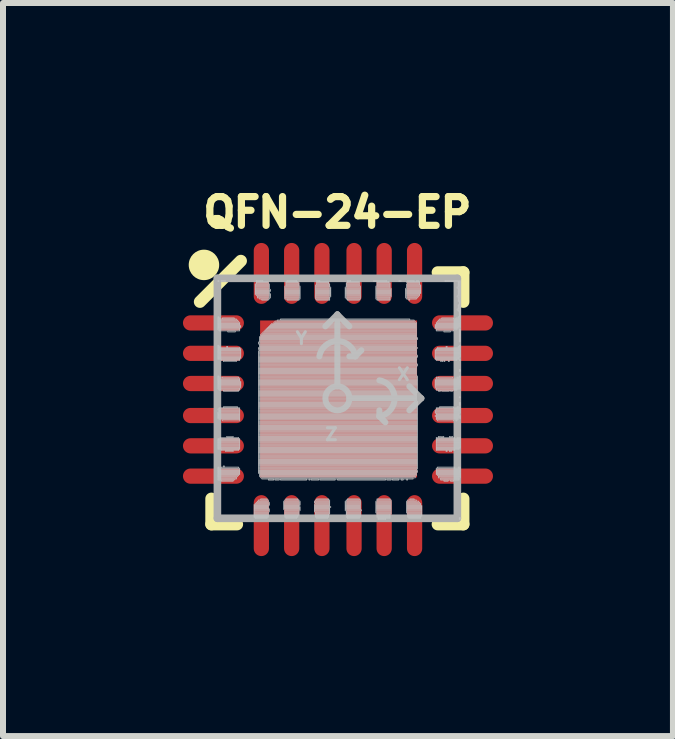
<source format=kicad_pcb>
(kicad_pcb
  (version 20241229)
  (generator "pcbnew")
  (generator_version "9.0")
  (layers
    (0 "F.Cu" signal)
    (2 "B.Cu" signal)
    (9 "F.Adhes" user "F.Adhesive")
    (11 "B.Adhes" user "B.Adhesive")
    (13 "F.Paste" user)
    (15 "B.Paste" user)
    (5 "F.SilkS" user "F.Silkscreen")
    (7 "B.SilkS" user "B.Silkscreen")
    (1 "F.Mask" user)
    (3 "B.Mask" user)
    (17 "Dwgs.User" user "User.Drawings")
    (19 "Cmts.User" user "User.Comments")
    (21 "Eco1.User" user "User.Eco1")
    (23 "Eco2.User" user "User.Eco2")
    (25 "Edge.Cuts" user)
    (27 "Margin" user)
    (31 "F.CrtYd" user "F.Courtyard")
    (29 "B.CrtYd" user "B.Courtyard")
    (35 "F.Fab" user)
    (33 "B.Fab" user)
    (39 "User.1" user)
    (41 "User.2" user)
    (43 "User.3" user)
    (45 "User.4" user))
  (footprint "QFN-24-EP"
    (layer "F.Cu")
    (at 2.574 3.59)
    (property "Reference" "QFN-24-EP" (at 0 -3.099 0) (layer "F.SilkS") (effects (font (size 0.48 0.48) (thickness 0.15))))
    (attr smd)
    (fp_line (start -2.291 -1.609) (end -1.609 -2.291) (stroke (width 0.203) (type solid)) (layer "F.SilkS"))
    (fp_line (start -2.1 2.1) (end -2.1 1.673) (stroke (width 0.203) (type solid)) (layer "F.SilkS"))
    (fp_line (start -1.673 2.1) (end -2.1 2.1) (stroke (width 0.203) (type solid)) (layer "F.SilkS"))
    (fp_line (start 1.673 -2.1) (end 2.1 -2.1) (stroke (width 0.203) (type solid)) (layer "F.SilkS"))
    (fp_line (start 1.673 2.1) (end 2.1 2.1) (stroke (width 0.203) (type solid)) (layer "F.SilkS"))
    (fp_line (start 2.1 -2.1) (end 2.1 -1.609) (stroke (width 0.203) (type solid)) (layer "F.SilkS"))
    (fp_line (start 2.1 2.1) (end 2.1 1.673) (stroke (width 0.203) (type solid)) (layer "F.SilkS"))
    (fp_circle (center -2.224 -2.224) (end -1.97 -2.224) (stroke (width 0) (type solid)) (fill yes) (layer "F.SilkS"))
    (fp_poly (pts (xy -0.838 -0.813) (xy -0.356 -0.813) (xy -0.356 -0.33) (xy -0.838 -0.33)) (stroke (width 0.01) (type solid)) (fill yes) (layer "F.Paste"))
    (fp_poly (pts (xy -0.826 0.394) (xy -0.343 0.394) (xy -0.343 0.876) (xy -0.826 0.876)) (stroke (width 0.01) (type solid)) (fill yes) (layer "F.Paste"))
    (fp_poly (pts (xy 0.394 0.394) (xy 0.876 0.394) (xy 0.876 0.876) (xy 0.394 0.876)) (stroke (width 0.01) (type solid)) (fill yes) (layer "F.Paste"))
    (fp_poly (pts (xy 0.432 -0.813) (xy 0.914 -0.813) (xy 0.914 -0.33) (xy 0.432 -0.33)) (stroke (width 0.01) (type solid)) (fill yes) (layer "F.Paste"))
    (fp_poly (pts (xy -1.992 -1.964) (xy -1.974 -1.964) (xy -1.974 -1.946) (xy -1.992 -1.946)) (stroke (width 0.01) (type solid)) (fill no) (layer "Dwgs.User"))
    (fp_poly (pts (xy -1.992 -1.361) (xy -1.974 -1.361) (xy -1.974 -1.342) (xy -1.992 -1.342)) (stroke (width 0.01) (type solid)) (fill no) (layer "Dwgs.User"))
    (fp_poly (pts (xy -1.992 -1.342) (xy -1.956 -1.342) (xy -1.956 -1.324) (xy -1.992 -1.324)) (stroke (width 0.01) (type solid)) (fill no) (layer "Dwgs.User"))
    (fp_poly (pts (xy -1.992 -1.324) (xy -1.682 -1.324) (xy -1.682 -1.306) (xy -1.992 -1.306)) (stroke (width 0.01) (type solid)) (fill no) (layer "Dwgs.User"))
    (fp_poly (pts (xy -1.992 -1.306) (xy -1.663 -1.306) (xy -1.663 -1.288) (xy -1.992 -1.288)) (stroke (width 0.01) (type solid)) (fill no) (layer "Dwgs.User"))
    (fp_poly (pts (xy -1.992 -1.288) (xy -1.645 -1.288) (xy -1.645 -1.269) (xy -1.992 -1.269)) (stroke (width 0.01) (type solid)) (fill no) (layer "Dwgs.User"))
    (fp_poly (pts (xy -1.992 -1.269) (xy -1.627 -1.269) (xy -1.627 -1.251) (xy -1.992 -1.251)) (stroke (width 0.01) (type solid)) (fill no) (layer "Dwgs.User"))
    (fp_poly (pts (xy -1.992 -1.251) (xy -1.627 -1.251) (xy -1.627 -1.233) (xy -1.992 -1.233)) (stroke (width 0.01) (type solid)) (fill no) (layer "Dwgs.User"))
    (fp_poly (pts (xy -1.992 -1.233) (xy -1.627 -1.233) (xy -1.627 -1.214) (xy -1.992 -1.214)) (stroke (width 0.01) (type solid)) (fill no) (layer "Dwgs.User"))
    (fp_poly (pts (xy -1.992 -1.214) (xy -1.609 -1.214) (xy -1.609 -1.196) (xy -1.992 -1.196)) (stroke (width 0.01) (type solid)) (fill no) (layer "Dwgs.User"))
    (fp_poly (pts (xy -1.992 -1.196) (xy -1.609 -1.196) (xy -1.609 -1.178) (xy -1.992 -1.178)) (stroke (width 0.01) (type solid)) (fill no) (layer "Dwgs.User"))
    (fp_poly (pts (xy -1.992 -1.178) (xy -1.627 -1.178) (xy -1.627 -1.16) (xy -1.992 -1.16)) (stroke (width 0.01) (type solid)) (fill no) (layer "Dwgs.User"))
    (fp_poly (pts (xy -1.992 -1.16) (xy -1.627 -1.16) (xy -1.627 -1.141) (xy -1.992 -1.141)) (stroke (width 0.01) (type solid)) (fill no) (layer "Dwgs.User"))
    (fp_poly (pts (xy -1.992 -0.885) (xy -1.974 -0.885) (xy -1.974 -0.867) (xy -1.992 -0.867)) (stroke (width 0.01) (type solid)) (fill no) (layer "Dwgs.User"))
    (fp_poly (pts (xy -1.992 -0.867) (xy -1.956 -0.867) (xy -1.956 -0.849) (xy -1.992 -0.849)) (stroke (width 0.01) (type solid)) (fill no) (layer "Dwgs.User"))
    (fp_poly (pts (xy -1.992 -0.849) (xy -1.627 -0.849) (xy -1.627 -0.83) (xy -1.992 -0.83)) (stroke (width 0.01) (type solid)) (fill no) (layer "Dwgs.User"))
    (fp_poly (pts (xy -1.992 -0.83) (xy -1.609 -0.83) (xy -1.609 -0.812) (xy -1.992 -0.812)) (stroke (width 0.01) (type solid)) (fill no) (layer "Dwgs.User"))
    (fp_poly (pts (xy -1.992 -0.812) (xy -1.609 -0.812) (xy -1.609 -0.794) (xy -1.992 -0.794)) (stroke (width 0.01) (type solid)) (fill no) (layer "Dwgs.User"))
    (fp_poly (pts (xy -1.992 -0.794) (xy -1.609 -0.794) (xy -1.609 -0.775) (xy -1.992 -0.775)) (stroke (width 0.01) (type solid)) (fill no) (layer "Dwgs.User"))
    (fp_poly (pts (xy -1.992 -0.775) (xy -1.609 -0.775) (xy -1.609 -0.757) (xy -1.992 -0.757)) (stroke (width 0.01) (type solid)) (fill no) (layer "Dwgs.User"))
    (fp_poly (pts (xy -1.992 -0.757) (xy -1.609 -0.757) (xy -1.609 -0.739) (xy -1.992 -0.739)) (stroke (width 0.01) (type solid)) (fill no) (layer "Dwgs.User"))
    (fp_poly (pts (xy -1.992 -0.739) (xy -1.609 -0.739) (xy -1.609 -0.721) (xy -1.992 -0.721)) (stroke (width 0.01) (type solid)) (fill no) (layer "Dwgs.User"))
    (fp_poly (pts (xy -1.992 -0.721) (xy -1.609 -0.721) (xy -1.609 -0.702) (xy -1.992 -0.702)) (stroke (width 0.01) (type solid)) (fill no) (layer "Dwgs.User"))
    (fp_poly (pts (xy -1.992 -0.702) (xy -1.609 -0.702) (xy -1.609 -0.684) (xy -1.992 -0.684)) (stroke (width 0.01) (type solid)) (fill no) (layer "Dwgs.User"))
    (fp_poly (pts (xy -1.992 -0.684) (xy -1.609 -0.684) (xy -1.609 -0.666) (xy -1.992 -0.666)) (stroke (width 0.01) (type solid)) (fill no) (layer "Dwgs.User"))
    (fp_poly (pts (xy -1.992 -0.666) (xy -1.627 -0.666) (xy -1.627 -0.647) (xy -1.992 -0.647)) (stroke (width 0.01) (type solid)) (fill no) (layer "Dwgs.User"))
    (fp_poly (pts (xy -1.992 -0.373) (xy -1.974 -0.373) (xy -1.974 -0.355) (xy -1.992 -0.355)) (stroke (width 0.01) (type solid)) (fill no) (layer "Dwgs.User"))
    (fp_poly (pts (xy -1.992 -0.355) (xy -1.938 -0.355) (xy -1.938 -0.337) (xy -1.992 -0.337)) (stroke (width 0.01) (type solid)) (fill no) (layer "Dwgs.User"))
    (fp_poly (pts (xy -1.992 -0.337) (xy -1.627 -0.337) (xy -1.627 -0.318) (xy -1.992 -0.318)) (stroke (width 0.01) (type solid)) (fill no) (layer "Dwgs.User"))
    (fp_poly (pts (xy -1.992 -0.318) (xy -1.627 -0.318) (xy -1.627 -0.3) (xy -1.992 -0.3)) (stroke (width 0.01) (type solid)) (fill no) (layer "Dwgs.User"))
    (fp_poly (pts (xy -1.992 -0.3) (xy -1.627 -0.3) (xy -1.627 -0.282) (xy -1.992 -0.282)) (stroke (width 0.01) (type solid)) (fill no) (layer "Dwgs.User"))
    (fp_poly (pts (xy -1.992 -0.282) (xy -1.609 -0.282) (xy -1.609 -0.264) (xy -1.992 -0.264)) (stroke (width 0.01) (type solid)) (fill no) (layer "Dwgs.User"))
    (fp_poly (pts (xy -1.992 -0.264) (xy -1.609 -0.264) (xy -1.609 -0.245) (xy -1.992 -0.245)) (stroke (width 0.01) (type solid)) (fill no) (layer "Dwgs.User"))
    (fp_poly (pts (xy -1.992 -0.245) (xy -1.609 -0.245) (xy -1.609 -0.227) (xy -1.992 -0.227)) (stroke (width 0.01) (type solid)) (fill no) (layer "Dwgs.User"))
    (fp_poly (pts (xy -1.992 -0.227) (xy -1.609 -0.227) (xy -1.609 -0.209) (xy -1.992 -0.209)) (stroke (width 0.01) (type solid)) (fill no) (layer "Dwgs.User"))
    (fp_poly (pts (xy -1.992 -0.209) (xy -1.609 -0.209) (xy -1.609 -0.19) (xy -1.992 -0.19)) (stroke (width 0.01) (type solid)) (fill no) (layer "Dwgs.User"))
    (fp_poly (pts (xy -1.992 -0.19) (xy -1.609 -0.19) (xy -1.609 -0.172) (xy -1.992 -0.172)) (stroke (width 0.01) (type solid)) (fill no) (layer "Dwgs.User"))
    (fp_poly (pts (xy -1.992 -0.172) (xy -1.627 -0.172) (xy -1.627 -0.154) (xy -1.992 -0.154)) (stroke (width 0.01) (type solid)) (fill no) (layer "Dwgs.User"))
    (fp_poly (pts (xy -1.992 0.175) (xy -1.627 0.175) (xy -1.627 0.194) (xy -1.992 0.194)) (stroke (width 0.01) (type solid)) (fill no) (layer "Dwgs.User"))
    (fp_poly (pts (xy -1.992 0.23) (xy -1.627 0.23) (xy -1.627 0.249) (xy -1.992 0.249)) (stroke (width 0.01) (type solid)) (fill no) (layer "Dwgs.User"))
    (fp_poly (pts (xy -1.992 0.249) (xy -1.627 0.249) (xy -1.627 0.267) (xy -1.992 0.267)) (stroke (width 0.01) (type solid)) (fill no) (layer "Dwgs.User"))
    (fp_poly (pts (xy -1.992 0.267) (xy -1.627 0.267) (xy -1.627 0.285) (xy -1.992 0.285)) (stroke (width 0.01) (type solid)) (fill no) (layer "Dwgs.User"))
    (fp_poly (pts (xy -1.992 0.285) (xy -1.627 0.285) (xy -1.627 0.303) (xy -1.992 0.303)) (stroke (width 0.01) (type solid)) (fill no) (layer "Dwgs.User"))
    (fp_poly (pts (xy -1.992 0.303) (xy -1.627 0.303) (xy -1.627 0.322) (xy -1.992 0.322)) (stroke (width 0.01) (type solid)) (fill no) (layer "Dwgs.User"))
    (fp_poly (pts (xy -1.992 0.322) (xy -1.627 0.322) (xy -1.627 0.34) (xy -1.992 0.34)) (stroke (width 0.01) (type solid)) (fill no) (layer "Dwgs.User"))
    (fp_poly (pts (xy -1.992 0.669) (xy -1.627 0.669) (xy -1.627 0.688) (xy -1.992 0.688)) (stroke (width 0.01) (type solid)) (fill no) (layer "Dwgs.User"))
    (fp_poly (pts (xy -1.992 0.688) (xy -1.627 0.688) (xy -1.627 0.706) (xy -1.992 0.706)) (stroke (width 0.01) (type solid)) (fill no) (layer "Dwgs.User"))
    (fp_poly (pts (xy -1.992 0.706) (xy -1.627 0.706) (xy -1.627 0.724) (xy -1.992 0.724)) (stroke (width 0.01) (type solid)) (fill no) (layer "Dwgs.User"))
    (fp_poly (pts (xy -1.992 0.724) (xy -1.627 0.724) (xy -1.627 0.742) (xy -1.992 0.742)) (stroke (width 0.01) (type solid)) (fill no) (layer "Dwgs.User"))
    (fp_poly (pts (xy -1.992 0.742) (xy -1.627 0.742) (xy -1.627 0.761) (xy -1.992 0.761)) (stroke (width 0.01) (type solid)) (fill no) (layer "Dwgs.User"))
    (fp_poly (pts (xy -1.992 0.761) (xy -1.627 0.761) (xy -1.627 0.779) (xy -1.992 0.779)) (stroke (width 0.01) (type solid)) (fill no) (layer "Dwgs.User"))
    (fp_poly (pts (xy -1.992 0.779) (xy -1.627 0.779) (xy -1.627 0.797) (xy -1.992 0.797)) (stroke (width 0.01) (type solid)) (fill no) (layer "Dwgs.User"))
    (fp_poly (pts (xy -1.992 0.797) (xy -1.627 0.797) (xy -1.627 0.816) (xy -1.992 0.816)) (stroke (width 0.01) (type solid)) (fill no) (layer "Dwgs.User"))
    (fp_poly (pts (xy -1.992 0.816) (xy -1.627 0.816) (xy -1.627 0.834) (xy -1.992 0.834)) (stroke (width 0.01) (type solid)) (fill no) (layer "Dwgs.User"))
    (fp_poly (pts (xy -1.992 0.834) (xy -1.627 0.834) (xy -1.627 0.852) (xy -1.992 0.852)) (stroke (width 0.01) (type solid)) (fill no) (layer "Dwgs.User"))
    (fp_poly (pts (xy -1.992 1.145) (xy -1.974 1.145) (xy -1.974 1.163) (xy -1.992 1.163)) (stroke (width 0.01) (type solid)) (fill no) (layer "Dwgs.User"))
    (fp_poly (pts (xy -1.992 1.163) (xy -1.627 1.163) (xy -1.627 1.181) (xy -1.992 1.181)) (stroke (width 0.01) (type solid)) (fill no) (layer "Dwgs.User"))
    (fp_poly (pts (xy -1.992 1.181) (xy -1.627 1.181) (xy -1.627 1.2) (xy -1.992 1.2)) (stroke (width 0.01) (type solid)) (fill no) (layer "Dwgs.User"))
    (fp_poly (pts (xy -1.992 1.2) (xy -1.627 1.2) (xy -1.627 1.218) (xy -1.992 1.218)) (stroke (width 0.01) (type solid)) (fill no) (layer "Dwgs.User"))
    (fp_poly (pts (xy -1.992 1.218) (xy -1.627 1.218) (xy -1.627 1.236) (xy -1.992 1.236)) (stroke (width 0.01) (type solid)) (fill no) (layer "Dwgs.User"))
    (fp_poly (pts (xy -1.992 1.236) (xy -1.627 1.236) (xy -1.627 1.254) (xy -1.992 1.254)) (stroke (width 0.01) (type solid)) (fill no) (layer "Dwgs.User"))
    (fp_poly (pts (xy -1.992 1.254) (xy -1.627 1.254) (xy -1.627 1.273) (xy -1.992 1.273)) (stroke (width 0.01) (type solid)) (fill no) (layer "Dwgs.User"))
    (fp_poly (pts (xy -1.992 1.273) (xy -1.645 1.273) (xy -1.645 1.291) (xy -1.992 1.291)) (stroke (width 0.01) (type solid)) (fill no) (layer "Dwgs.User"))
    (fp_poly (pts (xy -1.992 1.291) (xy -1.663 1.291) (xy -1.663 1.309) (xy -1.992 1.309)) (stroke (width 0.01) (type solid)) (fill no) (layer "Dwgs.User"))
    (fp_poly (pts (xy -1.992 1.309) (xy -1.682 1.309) (xy -1.682 1.328) (xy -1.992 1.328)) (stroke (width 0.01) (type solid)) (fill no) (layer "Dwgs.User"))
    (fp_poly (pts (xy -1.992 1.328) (xy -1.682 1.328) (xy -1.682 1.346) (xy -1.992 1.346)) (stroke (width 0.01) (type solid)) (fill no) (layer "Dwgs.User"))
    (fp_poly (pts (xy -1.992 1.346) (xy -1.718 1.346) (xy -1.718 1.364) (xy -1.992 1.364)) (stroke (width 0.01) (type solid)) (fill no) (layer "Dwgs.User"))
    (fp_poly (pts (xy -1.974 -1.141) (xy -1.627 -1.141) (xy -1.627 -1.123) (xy -1.974 -1.123)) (stroke (width 0.01) (type solid)) (fill no) (layer "Dwgs.User"))
    (fp_poly (pts (xy -1.974 -0.154) (xy -1.627 -0.154) (xy -1.627 -0.135) (xy -1.974 -0.135)) (stroke (width 0.01) (type solid)) (fill no) (layer "Dwgs.User"))
    (fp_poly (pts (xy -1.974 0.157) (xy -1.627 0.157) (xy -1.627 0.175) (xy -1.974 0.175)) (stroke (width 0.01) (type solid)) (fill no) (layer "Dwgs.User"))
    (fp_poly (pts (xy -1.974 0.194) (xy -1.627 0.194) (xy -1.627 0.212) (xy -1.974 0.212)) (stroke (width 0.01) (type solid)) (fill no) (layer "Dwgs.User"))
    (fp_poly (pts (xy -1.974 0.212) (xy -1.627 0.212) (xy -1.627 0.23) (xy -1.974 0.23)) (stroke (width 0.01) (type solid)) (fill no) (layer "Dwgs.User"))
    (fp_poly (pts (xy -1.974 0.34) (xy -1.627 0.34) (xy -1.627 0.358) (xy -1.974 0.358)) (stroke (width 0.01) (type solid)) (fill no) (layer "Dwgs.User"))
    (fp_poly (pts (xy -1.956 0.651) (xy -1.645 0.651) (xy -1.645 0.669) (xy -1.956 0.669)) (stroke (width 0.01) (type solid)) (fill no) (layer "Dwgs.User"))
    (fp_poly (pts (xy -1.938 -1.964) (xy -1.865 -1.964) (xy -1.865 -1.946) (xy -1.938 -1.946)) (stroke (width 0.01) (type solid)) (fill no) (layer "Dwgs.User"))
    (fp_poly (pts (xy -1.938 -0.647) (xy -1.627 -0.647) (xy -1.627 -0.629) (xy -1.938 -0.629)) (stroke (width 0.01) (type solid)) (fill no) (layer "Dwgs.User"))
    (fp_poly (pts (xy -1.938 0.852) (xy -1.645 0.852) (xy -1.645 0.87) (xy -1.938 0.87)) (stroke (width 0.01) (type solid)) (fill no) (layer "Dwgs.User"))
    (fp_poly (pts (xy -1.938 1.145) (xy -1.645 1.145) (xy -1.645 1.163) (xy -1.938 1.163)) (stroke (width 0.01) (type solid)) (fill no) (layer "Dwgs.User"))
    (fp_poly (pts (xy -1.938 1.364) (xy -1.736 1.364) (xy -1.736 1.383) (xy -1.938 1.383)) (stroke (width 0.01) (type solid)) (fill no) (layer "Dwgs.User"))
    (fp_poly (pts (xy -1.919 -1.342) (xy -1.718 -1.342) (xy -1.718 -1.324) (xy -1.919 -1.324)) (stroke (width 0.01) (type solid)) (fill no) (layer "Dwgs.User"))
    (fp_poly (pts (xy -1.919 -0.355) (xy -1.645 -0.355) (xy -1.645 -0.337) (xy -1.919 -0.337)) (stroke (width 0.01) (type solid)) (fill no) (layer "Dwgs.User"))
    (fp_poly (pts (xy -1.919 0.358) (xy -1.627 0.358) (xy -1.627 0.377) (xy -1.919 0.377)) (stroke (width 0.01) (type solid)) (fill no) (layer "Dwgs.User"))
    (fp_poly (pts (xy -1.901 -0.629) (xy -1.682 -0.629) (xy -1.682 -0.611) (xy -1.901 -0.611)) (stroke (width 0.01) (type solid)) (fill no) (layer "Dwgs.User"))
    (fp_poly (pts (xy -1.901 -0.135) (xy -1.645 -0.135) (xy -1.645 -0.117) (xy -1.901 -0.117)) (stroke (width 0.01) (type solid)) (fill no) (layer "Dwgs.User"))
    (fp_poly (pts (xy -1.901 0.139) (xy -1.663 0.139) (xy -1.663 0.157) (xy -1.901 0.157)) (stroke (width 0.01) (type solid)) (fill no) (layer "Dwgs.User"))
    (fp_poly (pts (xy -1.901 1.126) (xy -1.883 1.126) (xy -1.883 1.145) (xy -1.901 1.145)) (stroke (width 0.01) (type solid)) (fill no) (layer "Dwgs.User"))
    (fp_poly (pts (xy -1.865 0.87) (xy -1.736 0.87) (xy -1.736 0.889) (xy -1.865 0.889)) (stroke (width 0.01) (type solid)) (fill no) (layer "Dwgs.User"))
    (fp_poly (pts (xy -1.846 -0.867) (xy -1.828 -0.867) (xy -1.828 -0.849) (xy -1.846 -0.849)) (stroke (width 0.01) (type solid)) (fill no) (layer "Dwgs.User"))
    (fp_poly (pts (xy -1.846 0.633) (xy -1.736 0.633) (xy -1.736 0.651) (xy -1.846 0.651)) (stroke (width 0.01) (type solid)) (fill no) (layer "Dwgs.User"))
    (fp_poly (pts (xy -1.828 -1.123) (xy -1.7 -1.123) (xy -1.7 -1.105) (xy -1.828 -1.105)) (stroke (width 0.01) (type solid)) (fill no) (layer "Dwgs.User"))
    (fp_poly (pts (xy -1.389 1.766) (xy -1.133 1.766) (xy -1.133 1.785) (xy -1.389 1.785)) (stroke (width 0.01) (type solid)) (fill no) (layer "Dwgs.User"))
    (fp_poly (pts (xy -1.389 1.785) (xy -1.151 1.785) (xy -1.151 1.803) (xy -1.389 1.803)) (stroke (width 0.01) (type solid)) (fill no) (layer "Dwgs.User"))
    (fp_poly (pts (xy -1.389 1.803) (xy -1.151 1.803) (xy -1.151 1.821) (xy -1.389 1.821)) (stroke (width 0.01) (type solid)) (fill no) (layer "Dwgs.User"))
    (fp_poly (pts (xy -1.389 1.821) (xy -1.151 1.821) (xy -1.151 1.84) (xy -1.389 1.84)) (stroke (width 0.01) (type solid)) (fill no) (layer "Dwgs.User"))
    (fp_poly (pts (xy -1.389 1.84) (xy -1.133 1.84) (xy -1.133 1.858) (xy -1.389 1.858)) (stroke (width 0.01) (type solid)) (fill no) (layer "Dwgs.User"))
    (fp_poly (pts (xy -1.389 1.858) (xy -1.133 1.858) (xy -1.133 1.876) (xy -1.389 1.876)) (stroke (width 0.01) (type solid)) (fill no) (layer "Dwgs.User"))
    (fp_poly (pts (xy -1.389 1.876) (xy -1.133 1.876) (xy -1.133 1.895) (xy -1.389 1.895)) (stroke (width 0.01) (type solid)) (fill no) (layer "Dwgs.User"))
    (fp_poly (pts (xy -1.389 1.895) (xy -1.151 1.895) (xy -1.151 1.913) (xy -1.389 1.913)) (stroke (width 0.01) (type solid)) (fill no) (layer "Dwgs.User"))
    (fp_poly (pts (xy -1.389 1.913) (xy -1.151 1.913) (xy -1.151 1.931) (xy -1.389 1.931)) (stroke (width 0.01) (type solid)) (fill no) (layer "Dwgs.User"))
    (fp_poly (pts (xy -1.389 1.931) (xy -1.151 1.931) (xy -1.151 1.949) (xy -1.389 1.949)) (stroke (width 0.01) (type solid)) (fill no) (layer "Dwgs.User"))
    (fp_poly (pts (xy -1.389 1.949) (xy -1.151 1.949) (xy -1.151 1.968) (xy -1.389 1.968)) (stroke (width 0.01) (type solid)) (fill no) (layer "Dwgs.User"))
    (fp_poly (pts (xy -1.389 1.968) (xy -1.151 1.968) (xy -1.151 1.986) (xy -1.389 1.986)) (stroke (width 0.01) (type solid)) (fill no) (layer "Dwgs.User"))
    (fp_poly (pts (xy -1.371 -1.909) (xy -1.133 -1.909) (xy -1.133 -1.891) (xy -1.371 -1.891)) (stroke (width 0.01) (type solid)) (fill no) (layer "Dwgs.User"))
    (fp_poly (pts (xy -1.371 -1.891) (xy -1.133 -1.891) (xy -1.133 -1.873) (xy -1.371 -1.873)) (stroke (width 0.01) (type solid)) (fill no) (layer "Dwgs.User"))
    (fp_poly (pts (xy -1.371 -1.873) (xy -1.133 -1.873) (xy -1.133 -1.855) (xy -1.371 -1.855)) (stroke (width 0.01) (type solid)) (fill no) (layer "Dwgs.User"))
    (fp_poly (pts (xy -1.371 -1.855) (xy -1.133 -1.855) (xy -1.133 -1.836) (xy -1.371 -1.836)) (stroke (width 0.01) (type solid)) (fill no) (layer "Dwgs.User"))
    (fp_poly (pts (xy -1.371 -1.836) (xy -1.133 -1.836) (xy -1.133 -1.818) (xy -1.371 -1.818)) (stroke (width 0.01) (type solid)) (fill no) (layer "Dwgs.User"))
    (fp_poly (pts (xy -1.371 -1.818) (xy -1.115 -1.818) (xy -1.115 -1.8) (xy -1.371 -1.8)) (stroke (width 0.01) (type solid)) (fill no) (layer "Dwgs.User"))
    (fp_poly (pts (xy -1.371 -1.8) (xy -1.115 -1.8) (xy -1.115 -1.781) (xy -1.371 -1.781)) (stroke (width 0.01) (type solid)) (fill no) (layer "Dwgs.User"))
    (fp_poly (pts (xy -1.371 -1.781) (xy -1.133 -1.781) (xy -1.133 -1.763) (xy -1.371 -1.763)) (stroke (width 0.01) (type solid)) (fill no) (layer "Dwgs.User"))
    (fp_poly (pts (xy -1.371 -1.763) (xy -1.133 -1.763) (xy -1.133 -1.745) (xy -1.371 -1.745)) (stroke (width 0.01) (type solid)) (fill no) (layer "Dwgs.User"))
    (fp_poly (pts (xy -1.371 -1.745) (xy -1.115 -1.745) (xy -1.115 -1.726) (xy -1.371 -1.726)) (stroke (width 0.01) (type solid)) (fill no) (layer "Dwgs.User"))
    (fp_poly (pts (xy -1.371 1.748) (xy -1.133 1.748) (xy -1.133 1.766) (xy -1.371 1.766)) (stroke (width 0.01) (type solid)) (fill no) (layer "Dwgs.User"))
    (fp_poly (pts (xy -1.371 1.986) (xy -1.17 1.986) (xy -1.17 2.004) (xy -1.371 2.004)) (stroke (width 0.01) (type solid)) (fill no) (layer "Dwgs.User"))
    (fp_poly (pts (xy -1.353 -1.964) (xy -1.243 -1.964) (xy -1.243 -1.946) (xy -1.353 -1.946)) (stroke (width 0.01) (type solid)) (fill no) (layer "Dwgs.User"))
    (fp_poly (pts (xy -1.353 -1.946) (xy -1.151 -1.946) (xy -1.151 -1.928) (xy -1.353 -1.928)) (stroke (width 0.01) (type solid)) (fill no) (layer "Dwgs.User"))
    (fp_poly (pts (xy -1.353 -1.928) (xy -1.151 -1.928) (xy -1.151 -1.909) (xy -1.353 -1.909)) (stroke (width 0.01) (type solid)) (fill no) (layer "Dwgs.User"))
    (fp_poly (pts (xy -1.353 -1.726) (xy -1.115 -1.726) (xy -1.115 -1.708) (xy -1.353 -1.708)) (stroke (width 0.01) (type solid)) (fill no) (layer "Dwgs.User"))
    (fp_poly (pts (xy -1.353 1.73) (xy -1.133 1.73) (xy -1.133 1.748) (xy -1.353 1.748)) (stroke (width 0.01) (type solid)) (fill no) (layer "Dwgs.User"))
    (fp_poly (pts (xy -1.334 -1.708) (xy -1.115 -1.708) (xy -1.115 -1.69) (xy -1.334 -1.69)) (stroke (width 0.01) (type solid)) (fill no) (layer "Dwgs.User"))
    (fp_poly (pts (xy -1.334 -1.69) (xy -1.115 -1.69) (xy -1.115 -1.672) (xy -1.334 -1.672)) (stroke (width 0.01) (type solid)) (fill no) (layer "Dwgs.User"))
    (fp_poly (pts (xy -1.334 1.712) (xy -1.151 1.712) (xy -1.151 1.73) (xy -1.334 1.73)) (stroke (width 0.01) (type solid)) (fill no) (layer "Dwgs.User"))
    (fp_poly (pts (xy -1.316 -0.94) (xy 1.318 -0.94) (xy 1.318 -0.922) (xy -1.316 -0.922)) (stroke (width 0.01) (type solid)) (fill no) (layer "Dwgs.User"))
    (fp_poly (pts (xy -1.316 -0.922) (xy 1.318 -0.922) (xy 1.318 -0.903) (xy -1.316 -0.903)) (stroke (width 0.01) (type solid)) (fill no) (layer "Dwgs.User"))
    (fp_poly (pts (xy -1.316 -0.849) (xy 1.336 -0.849) (xy 1.336 -0.83) (xy -1.316 -0.83)) (stroke (width 0.01) (type solid)) (fill no) (layer "Dwgs.User"))
    (fp_poly (pts (xy -1.316 -0.83) (xy 1.318 -0.83) (xy 1.318 -0.812) (xy -1.316 -0.812)) (stroke (width 0.01) (type solid)) (fill no) (layer "Dwgs.User"))
    (fp_poly (pts (xy -1.316 -0.794) (xy 1.318 -0.794) (xy 1.318 -0.775) (xy -1.316 -0.775)) (stroke (width 0.01) (type solid)) (fill no) (layer "Dwgs.User"))
    (fp_poly (pts (xy -1.316 -0.775) (xy 1.318 -0.775) (xy 1.318 -0.757) (xy -1.316 -0.757)) (stroke (width 0.01) (type solid)) (fill no) (layer "Dwgs.User"))
    (fp_poly (pts (xy -1.316 -0.757) (xy 1.318 -0.757) (xy 1.318 -0.739) (xy -1.316 -0.739)) (stroke (width 0.01) (type solid)) (fill no) (layer "Dwgs.User"))
    (fp_poly (pts (xy -1.316 -0.739) (xy 1.318 -0.739) (xy 1.318 -0.721) (xy -1.316 -0.721)) (stroke (width 0.01) (type solid)) (fill no) (layer "Dwgs.User"))
    (fp_poly (pts (xy -1.316 -0.721) (xy 1.336 -0.721) (xy 1.336 -0.702) (xy -1.316 -0.702)) (stroke (width 0.01) (type solid)) (fill no) (layer "Dwgs.User"))
    (fp_poly (pts (xy -1.316 -0.702) (xy 1.336 -0.702) (xy 1.336 -0.684) (xy -1.316 -0.684)) (stroke (width 0.01) (type solid)) (fill no) (layer "Dwgs.User"))
    (fp_poly (pts (xy -1.316 -0.684) (xy 1.318 -0.684) (xy 1.318 -0.666) (xy -1.316 -0.666)) (stroke (width 0.01) (type solid)) (fill no) (layer "Dwgs.User"))
    (fp_poly (pts (xy -1.316 -0.666) (xy 1.318 -0.666) (xy 1.318 -0.647) (xy -1.316 -0.647)) (stroke (width 0.01) (type solid)) (fill no) (layer "Dwgs.User"))
    (fp_poly (pts (xy -1.316 -0.647) (xy 1.318 -0.647) (xy 1.318 -0.629) (xy -1.316 -0.629)) (stroke (width 0.01) (type solid)) (fill no) (layer "Dwgs.User"))
    (fp_poly (pts (xy -1.316 -0.629) (xy 1.318 -0.629) (xy 1.318 -0.611) (xy -1.316 -0.611)) (stroke (width 0.01) (type solid)) (fill no) (layer "Dwgs.User"))
    (fp_poly (pts (xy -1.316 -0.611) (xy 1.318 -0.611) (xy 1.318 -0.593) (xy -1.316 -0.593)) (stroke (width 0.01) (type solid)) (fill no) (layer "Dwgs.User"))
    (fp_poly (pts (xy -1.316 -0.593) (xy 1.318 -0.593) (xy 1.318 -0.574) (xy -1.316 -0.574)) (stroke (width 0.01) (type solid)) (fill no) (layer "Dwgs.User"))
    (fp_poly (pts (xy -1.316 -0.574) (xy 1.336 -0.574) (xy 1.336 -0.556) (xy -1.316 -0.556)) (stroke (width 0.01) (type solid)) (fill no) (layer "Dwgs.User"))
    (fp_poly (pts (xy -1.316 -0.556) (xy 1.336 -0.556) (xy 1.336 -0.538) (xy -1.316 -0.538)) (stroke (width 0.01) (type solid)) (fill no) (layer "Dwgs.User"))
    (fp_poly (pts (xy -1.316 -0.538) (xy 1.318 -0.538) (xy 1.318 -0.519) (xy -1.316 -0.519)) (stroke (width 0.01) (type solid)) (fill no) (layer "Dwgs.User"))
    (fp_poly (pts (xy -1.316 -0.519) (xy 1.318 -0.519) (xy 1.318 -0.501) (xy -1.316 -0.501)) (stroke (width 0.01) (type solid)) (fill no) (layer "Dwgs.User"))
    (fp_poly (pts (xy -1.316 -0.501) (xy 1.318 -0.501) (xy 1.318 -0.483) (xy -1.316 -0.483)) (stroke (width 0.01) (type solid)) (fill no) (layer "Dwgs.User"))
    (fp_poly (pts (xy -1.316 -0.483) (xy 1.318 -0.483) (xy 1.318 -0.465) (xy -1.316 -0.465)) (stroke (width 0.01) (type solid)) (fill no) (layer "Dwgs.User"))
    (fp_poly (pts (xy -1.316 -0.465) (xy 1.318 -0.465) (xy 1.318 -0.446) (xy -1.316 -0.446)) (stroke (width 0.01) (type solid)) (fill no) (layer "Dwgs.User"))
    (fp_poly (pts (xy -1.316 -0.446) (xy 1.318 -0.446) (xy 1.318 -0.428) (xy -1.316 -0.428)) (stroke (width 0.01) (type solid)) (fill no) (layer "Dwgs.User"))
    (fp_poly (pts (xy -1.316 -0.428) (xy 1.318 -0.428) (xy 1.318 -0.41) (xy -1.316 -0.41)) (stroke (width 0.01) (type solid)) (fill no) (layer "Dwgs.User"))
    (fp_poly (pts (xy -1.316 -0.41) (xy 1.318 -0.41) (xy 1.318 -0.392) (xy -1.316 -0.392)) (stroke (width 0.01) (type solid)) (fill no) (layer "Dwgs.User"))
    (fp_poly (pts (xy -1.316 -0.392) (xy 1.318 -0.392) (xy 1.318 -0.373) (xy -1.316 -0.373)) (stroke (width 0.01) (type solid)) (fill no) (layer "Dwgs.User"))
    (fp_poly (pts (xy -1.316 -0.373) (xy 1.336 -0.373) (xy 1.336 -0.355) (xy -1.316 -0.355)) (stroke (width 0.01) (type solid)) (fill no) (layer "Dwgs.User"))
    (fp_poly (pts (xy -1.316 -0.355) (xy 1.336 -0.355) (xy 1.336 -0.337) (xy -1.316 -0.337)) (stroke (width 0.01) (type solid)) (fill no) (layer "Dwgs.User"))
    (fp_poly (pts (xy -1.316 -0.337) (xy 1.336 -0.337) (xy 1.336 -0.318) (xy -1.316 -0.318)) (stroke (width 0.01) (type solid)) (fill no) (layer "Dwgs.User"))
    (fp_poly (pts (xy -1.316 -0.318) (xy 1.336 -0.318) (xy 1.336 -0.3) (xy -1.316 -0.3)) (stroke (width 0.01) (type solid)) (fill no) (layer "Dwgs.User"))
    (fp_poly (pts (xy -1.316 -0.3) (xy 1.336 -0.3) (xy 1.336 -0.282) (xy -1.316 -0.282)) (stroke (width 0.01) (type solid)) (fill no) (layer "Dwgs.User"))
    (fp_poly (pts (xy -1.316 -0.282) (xy 1.336 -0.282) (xy 1.336 -0.264) (xy -1.316 -0.264)) (stroke (width 0.01) (type solid)) (fill no) (layer "Dwgs.User"))
    (fp_poly (pts (xy -1.316 -0.264) (xy 1.336 -0.264) (xy 1.336 -0.245) (xy -1.316 -0.245)) (stroke (width 0.01) (type solid)) (fill no) (layer "Dwgs.User"))
    (fp_poly (pts (xy -1.316 -0.245) (xy 1.336 -0.245) (xy 1.336 -0.227) (xy -1.316 -0.227)) (stroke (width 0.01) (type solid)) (fill no) (layer "Dwgs.User"))
    (fp_poly (pts (xy -1.316 -0.227) (xy 1.336 -0.227) (xy 1.336 -0.209) (xy -1.316 -0.209)) (stroke (width 0.01) (type solid)) (fill no) (layer "Dwgs.User"))
    (fp_poly (pts (xy -1.316 -0.209) (xy 1.336 -0.209) (xy 1.336 -0.19) (xy -1.316 -0.19)) (stroke (width 0.01) (type solid)) (fill no) (layer "Dwgs.User"))
    (fp_poly (pts (xy -1.316 -0.19) (xy 1.336 -0.19) (xy 1.336 -0.172) (xy -1.316 -0.172)) (stroke (width 0.01) (type solid)) (fill no) (layer "Dwgs.User"))
    (fp_poly (pts (xy -1.316 -0.172) (xy 1.336 -0.172) (xy 1.336 -0.154) (xy -1.316 -0.154)) (stroke (width 0.01) (type solid)) (fill no) (layer "Dwgs.User"))
    (fp_poly (pts (xy -1.316 -0.154) (xy 1.336 -0.154) (xy 1.336 -0.135) (xy -1.316 -0.135)) (stroke (width 0.01) (type solid)) (fill no) (layer "Dwgs.User"))
    (fp_poly (pts (xy -1.316 -0.135) (xy 1.336 -0.135) (xy 1.336 -0.117) (xy -1.316 -0.117)) (stroke (width 0.01) (type solid)) (fill no) (layer "Dwgs.User"))
    (fp_poly (pts (xy -1.316 -0.117) (xy 1.336 -0.117) (xy 1.336 -0.099) (xy -1.316 -0.099)) (stroke (width 0.01) (type solid)) (fill no) (layer "Dwgs.User"))
    (fp_poly (pts (xy -1.316 -0.099) (xy 1.318 -0.099) (xy 1.318 -0.081) (xy -1.316 -0.081)) (stroke (width 0.01) (type solid)) (fill no) (layer "Dwgs.User"))
    (fp_poly (pts (xy -1.316 -0.081) (xy 1.318 -0.081) (xy 1.318 -0.062) (xy -1.316 -0.062)) (stroke (width 0.01) (type solid)) (fill no) (layer "Dwgs.User"))
    (fp_poly (pts (xy -1.316 -0.062) (xy 1.318 -0.062) (xy 1.318 -0.044) (xy -1.316 -0.044)) (stroke (width 0.01) (type solid)) (fill no) (layer "Dwgs.User"))
    (fp_poly (pts (xy -1.316 -0.044) (xy 1.318 -0.044) (xy 1.318 -0.026) (xy -1.316 -0.026)) (stroke (width 0.01) (type solid)) (fill no) (layer "Dwgs.User"))
    (fp_poly (pts (xy -1.316 -0.026) (xy 1.318 -0.026) (xy 1.318 -0.007) (xy -1.316 -0.007)) (stroke (width 0.01) (type solid)) (fill no) (layer "Dwgs.User"))
    (fp_poly (pts (xy -1.316 -0.007) (xy 1.318 -0.007) (xy 1.318 0.011) (xy -1.316 0.011)) (stroke (width 0.01) (type solid)) (fill no) (layer "Dwgs.User"))
    (fp_poly (pts (xy -1.316 0.011) (xy 1.318 0.011) (xy 1.318 0.029) (xy -1.316 0.029)) (stroke (width 0.01) (type solid)) (fill no) (layer "Dwgs.User"))
    (fp_poly (pts (xy -1.316 0.029) (xy 1.318 0.029) (xy 1.318 0.047) (xy -1.316 0.047)) (stroke (width 0.01) (type solid)) (fill no) (layer "Dwgs.User"))
    (fp_poly (pts (xy -1.316 0.047) (xy 1.336 0.047) (xy 1.336 0.066) (xy -1.316 0.066)) (stroke (width 0.01) (type solid)) (fill no) (layer "Dwgs.User"))
    (fp_poly (pts (xy -1.316 0.066) (xy 1.336 0.066) (xy 1.336 0.084) (xy -1.316 0.084)) (stroke (width 0.01) (type solid)) (fill no) (layer "Dwgs.User"))
    (fp_poly (pts (xy -1.316 0.084) (xy 1.336 0.084) (xy 1.336 0.102) (xy -1.316 0.102)) (stroke (width 0.01) (type solid)) (fill no) (layer "Dwgs.User"))
    (fp_poly (pts (xy -1.316 0.102) (xy 1.336 0.102) (xy 1.336 0.121) (xy -1.316 0.121)) (stroke (width 0.01) (type solid)) (fill no) (layer "Dwgs.User"))
    (fp_poly (pts (xy -1.316 0.121) (xy 1.336 0.121) (xy 1.336 0.139) (xy -1.316 0.139)) (stroke (width 0.01) (type solid)) (fill no) (layer "Dwgs.User"))
    (fp_poly (pts (xy -1.316 0.139) (xy 1.336 0.139) (xy 1.336 0.157) (xy -1.316 0.157)) (stroke (width 0.01) (type solid)) (fill no) (layer "Dwgs.User"))
    (fp_poly (pts (xy -1.316 0.157) (xy 1.336 0.157) (xy 1.336 0.175) (xy -1.316 0.175)) (stroke (width 0.01) (type solid)) (fill no) (layer "Dwgs.User"))
    (fp_poly (pts (xy -1.316 0.175) (xy 1.336 0.175) (xy 1.336 0.194) (xy -1.316 0.194)) (stroke (width 0.01) (type solid)) (fill no) (layer "Dwgs.User"))
    (fp_poly (pts (xy -1.316 0.194) (xy 1.336 0.194) (xy 1.336 0.212) (xy -1.316 0.212)) (stroke (width 0.01) (type solid)) (fill no) (layer "Dwgs.User"))
    (fp_poly (pts (xy -1.316 0.212) (xy 1.336 0.212) (xy 1.336 0.23) (xy -1.316 0.23)) (stroke (width 0.01) (type solid)) (fill no) (layer "Dwgs.User"))
    (fp_poly (pts (xy -1.316 0.23) (xy 1.336 0.23) (xy 1.336 0.249) (xy -1.316 0.249)) (stroke (width 0.01) (type solid)) (fill no) (layer "Dwgs.User"))
    (fp_poly (pts (xy -1.316 0.249) (xy 1.336 0.249) (xy 1.336 0.267) (xy -1.316 0.267)) (stroke (width 0.01) (type solid)) (fill no) (layer "Dwgs.User"))
    (fp_poly (pts (xy -1.316 0.267) (xy 1.336 0.267) (xy 1.336 0.285) (xy -1.316 0.285)) (stroke (width 0.01) (type solid)) (fill no) (layer "Dwgs.User"))
    (fp_poly (pts (xy -1.316 0.285) (xy 1.336 0.285) (xy 1.336 0.303) (xy -1.316 0.303)) (stroke (width 0.01) (type solid)) (fill no) (layer "Dwgs.User"))
    (fp_poly (pts (xy -1.316 0.303) (xy 1.336 0.303) (xy 1.336 0.322) (xy -1.316 0.322)) (stroke (width 0.01) (type solid)) (fill no) (layer "Dwgs.User"))
    (fp_poly (pts (xy -1.316 0.322) (xy 1.336 0.322) (xy 1.336 0.34) (xy -1.316 0.34)) (stroke (width 0.01) (type solid)) (fill no) (layer "Dwgs.User"))
    (fp_poly (pts (xy -1.316 0.34) (xy 1.336 0.34) (xy 1.336 0.358) (xy -1.316 0.358)) (stroke (width 0.01) (type solid)) (fill no) (layer "Dwgs.User"))
    (fp_poly (pts (xy -1.316 0.358) (xy 1.336 0.358) (xy 1.336 0.377) (xy -1.316 0.377)) (stroke (width 0.01) (type solid)) (fill no) (layer "Dwgs.User"))
    (fp_poly (pts (xy -1.316 0.377) (xy 1.336 0.377) (xy 1.336 0.395) (xy -1.316 0.395)) (stroke (width 0.01) (type solid)) (fill no) (layer "Dwgs.User"))
    (fp_poly (pts (xy -1.316 0.395) (xy 1.336 0.395) (xy 1.336 0.413) (xy -1.316 0.413)) (stroke (width 0.01) (type solid)) (fill no) (layer "Dwgs.User"))
    (fp_poly (pts (xy -1.316 0.413) (xy 1.336 0.413) (xy 1.336 0.431) (xy -1.316 0.431)) (stroke (width 0.01) (type solid)) (fill no) (layer "Dwgs.User"))
    (fp_poly (pts (xy -1.316 0.431) (xy 1.336 0.431) (xy 1.336 0.45) (xy -1.316 0.45)) (stroke (width 0.01) (type solid)) (fill no) (layer "Dwgs.User"))
    (fp_poly (pts (xy -1.316 0.45) (xy 1.336 0.45) (xy 1.336 0.468) (xy -1.316 0.468)) (stroke (width 0.01) (type solid)) (fill no) (layer "Dwgs.User"))
    (fp_poly (pts (xy -1.316 0.468) (xy 1.336 0.468) (xy 1.336 0.486) (xy -1.316 0.486)) (stroke (width 0.01) (type solid)) (fill no) (layer "Dwgs.User"))
    (fp_poly (pts (xy -1.316 0.486) (xy 1.336 0.486) (xy 1.336 0.505) (xy -1.316 0.505)) (stroke (width 0.01) (type solid)) (fill no) (layer "Dwgs.User"))
    (fp_poly (pts (xy -1.316 0.505) (xy 1.336 0.505) (xy 1.336 0.523) (xy -1.316 0.523)) (stroke (width 0.01) (type solid)) (fill no) (layer "Dwgs.User"))
    (fp_poly (pts (xy -1.316 0.523) (xy 1.336 0.523) (xy 1.336 0.541) (xy -1.316 0.541)) (stroke (width 0.01) (type solid)) (fill no) (layer "Dwgs.User"))
    (fp_poly (pts (xy -1.316 0.541) (xy 1.336 0.541) (xy 1.336 0.559) (xy -1.316 0.559)) (stroke (width 0.01) (type solid)) (fill no) (layer "Dwgs.User"))
    (fp_poly (pts (xy -1.316 0.559) (xy 1.336 0.559) (xy 1.336 0.578) (xy -1.316 0.578)) (stroke (width 0.01) (type solid)) (fill no) (layer "Dwgs.User"))
    (fp_poly (pts (xy -1.316 0.578) (xy 1.336 0.578) (xy 1.336 0.596) (xy -1.316 0.596)) (stroke (width 0.01) (type solid)) (fill no) (layer "Dwgs.User"))
    (fp_poly (pts (xy -1.316 0.596) (xy 1.336 0.596) (xy 1.336 0.614) (xy -1.316 0.614)) (stroke (width 0.01) (type solid)) (fill no) (layer "Dwgs.User"))
    (fp_poly (pts (xy -1.316 0.614) (xy 1.336 0.614) (xy 1.336 0.633) (xy -1.316 0.633)) (stroke (width 0.01) (type solid)) (fill no) (layer "Dwgs.User"))
    (fp_poly (pts (xy -1.316 0.633) (xy 1.336 0.633) (xy 1.336 0.651) (xy -1.316 0.651)) (stroke (width 0.01) (type solid)) (fill no) (layer "Dwgs.User"))
    (fp_poly (pts (xy -1.316 0.651) (xy 1.336 0.651) (xy 1.336 0.669) (xy -1.316 0.669)) (stroke (width 0.01) (type solid)) (fill no) (layer "Dwgs.User"))
    (fp_poly (pts (xy -1.316 0.669) (xy 1.336 0.669) (xy 1.336 0.688) (xy -1.316 0.688)) (stroke (width 0.01) (type solid)) (fill no) (layer "Dwgs.User"))
    (fp_poly (pts (xy -1.316 0.688) (xy 1.336 0.688) (xy 1.336 0.706) (xy -1.316 0.706)) (stroke (width 0.01) (type solid)) (fill no) (layer "Dwgs.User"))
    (fp_poly (pts (xy -1.316 0.706) (xy 1.336 0.706) (xy 1.336 0.724) (xy -1.316 0.724)) (stroke (width 0.01) (type solid)) (fill no) (layer "Dwgs.User"))
    (fp_poly (pts (xy -1.316 0.724) (xy 1.336 0.724) (xy 1.336 0.742) (xy -1.316 0.742)) (stroke (width 0.01) (type solid)) (fill no) (layer "Dwgs.User"))
    (fp_poly (pts (xy -1.316 0.742) (xy 1.336 0.742) (xy 1.336 0.761) (xy -1.316 0.761)) (stroke (width 0.01) (type solid)) (fill no) (layer "Dwgs.User"))
    (fp_poly (pts (xy -1.316 0.761) (xy 1.336 0.761) (xy 1.336 0.779) (xy -1.316 0.779)) (stroke (width 0.01) (type solid)) (fill no) (layer "Dwgs.User"))
    (fp_poly (pts (xy -1.316 0.779) (xy 1.336 0.779) (xy 1.336 0.797) (xy -1.316 0.797)) (stroke (width 0.01) (type solid)) (fill no) (layer "Dwgs.User"))
    (fp_poly (pts (xy -1.316 0.797) (xy 1.336 0.797) (xy 1.336 0.816) (xy -1.316 0.816)) (stroke (width 0.01) (type solid)) (fill no) (layer "Dwgs.User"))
    (fp_poly (pts (xy -1.316 0.816) (xy 1.336 0.816) (xy 1.336 0.834) (xy -1.316 0.834)) (stroke (width 0.01) (type solid)) (fill no) (layer "Dwgs.User"))
    (fp_poly (pts (xy -1.316 0.834) (xy 1.336 0.834) (xy 1.336 0.852) (xy -1.316 0.852)) (stroke (width 0.01) (type solid)) (fill no) (layer "Dwgs.User"))
    (fp_poly (pts (xy -1.316 0.852) (xy 1.336 0.852) (xy 1.336 0.87) (xy -1.316 0.87)) (stroke (width 0.01) (type solid)) (fill no) (layer "Dwgs.User"))
    (fp_poly (pts (xy -1.316 0.87) (xy 1.336 0.87) (xy 1.336 0.889) (xy -1.316 0.889)) (stroke (width 0.01) (type solid)) (fill no) (layer "Dwgs.User"))
    (fp_poly (pts (xy -1.316 0.889) (xy 1.336 0.889) (xy 1.336 0.907) (xy -1.316 0.907)) (stroke (width 0.01) (type solid)) (fill no) (layer "Dwgs.User"))
    (fp_poly (pts (xy -1.316 0.907) (xy 1.336 0.907) (xy 1.336 0.925) (xy -1.316 0.925)) (stroke (width 0.01) (type solid)) (fill no) (layer "Dwgs.User"))
    (fp_poly (pts (xy -1.316 0.925) (xy 1.336 0.925) (xy 1.336 0.944) (xy -1.316 0.944)) (stroke (width 0.01) (type solid)) (fill no) (layer "Dwgs.User"))
    (fp_poly (pts (xy -1.316 0.944) (xy 1.336 0.944) (xy 1.336 0.962) (xy -1.316 0.962)) (stroke (width 0.01) (type solid)) (fill no) (layer "Dwgs.User"))
    (fp_poly (pts (xy -1.316 0.962) (xy 1.336 0.962) (xy 1.336 0.98) (xy -1.316 0.98)) (stroke (width 0.01) (type solid)) (fill no) (layer "Dwgs.User"))
    (fp_poly (pts (xy -1.316 0.98) (xy 1.336 0.98) (xy 1.336 0.998) (xy -1.316 0.998)) (stroke (width 0.01) (type solid)) (fill no) (layer "Dwgs.User"))
    (fp_poly (pts (xy -1.316 0.998) (xy 1.336 0.998) (xy 1.336 1.017) (xy -1.316 1.017)) (stroke (width 0.01) (type solid)) (fill no) (layer "Dwgs.User"))
    (fp_poly (pts (xy -1.316 1.017) (xy 1.336 1.017) (xy 1.336 1.035) (xy -1.316 1.035)) (stroke (width 0.01) (type solid)) (fill no) (layer "Dwgs.User"))
    (fp_poly (pts (xy -1.316 1.035) (xy 1.336 1.035) (xy 1.336 1.053) (xy -1.316 1.053)) (stroke (width 0.01) (type solid)) (fill no) (layer "Dwgs.User"))
    (fp_poly (pts (xy -1.316 1.053) (xy 1.336 1.053) (xy 1.336 1.072) (xy -1.316 1.072)) (stroke (width 0.01) (type solid)) (fill no) (layer "Dwgs.User"))
    (fp_poly (pts (xy -1.316 1.072) (xy 1.336 1.072) (xy 1.336 1.09) (xy -1.316 1.09)) (stroke (width 0.01) (type solid)) (fill no) (layer "Dwgs.User"))
    (fp_poly (pts (xy -1.316 1.09) (xy 1.336 1.09) (xy 1.336 1.108) (xy -1.316 1.108)) (stroke (width 0.01) (type solid)) (fill no) (layer "Dwgs.User"))
    (fp_poly (pts (xy -1.316 1.108) (xy 1.336 1.108) (xy 1.336 1.126) (xy -1.316 1.126)) (stroke (width 0.01) (type solid)) (fill no) (layer "Dwgs.User"))
    (fp_poly (pts (xy -1.316 1.126) (xy 1.336 1.126) (xy 1.336 1.145) (xy -1.316 1.145)) (stroke (width 0.01) (type solid)) (fill no) (layer "Dwgs.User"))
    (fp_poly (pts (xy -1.316 1.145) (xy 1.336 1.145) (xy 1.336 1.163) (xy -1.316 1.163)) (stroke (width 0.01) (type solid)) (fill no) (layer "Dwgs.User"))
    (fp_poly (pts (xy -1.316 1.163) (xy 1.336 1.163) (xy 1.336 1.181) (xy -1.316 1.181)) (stroke (width 0.01) (type solid)) (fill no) (layer "Dwgs.User"))
    (fp_poly (pts (xy -1.316 1.181) (xy 1.318 1.181) (xy 1.318 1.2) (xy -1.316 1.2)) (stroke (width 0.01) (type solid)) (fill no) (layer "Dwgs.User"))
    (fp_poly (pts (xy -1.316 1.2) (xy 1.336 1.2) (xy 1.336 1.218) (xy -1.316 1.218)) (stroke (width 0.01) (type solid)) (fill no) (layer "Dwgs.User"))
    (fp_poly (pts (xy -1.316 1.218) (xy 1.336 1.218) (xy 1.336 1.236) (xy -1.316 1.236)) (stroke (width 0.01) (type solid)) (fill no) (layer "Dwgs.User"))
    (fp_poly (pts (xy -1.316 1.236) (xy 1.318 1.236) (xy 1.318 1.254) (xy -1.316 1.254)) (stroke (width 0.01) (type solid)) (fill no) (layer "Dwgs.User"))
    (fp_poly (pts (xy -1.316 1.693) (xy -1.151 1.693) (xy -1.151 1.712) (xy -1.316 1.712)) (stroke (width 0.01) (type solid)) (fill no) (layer "Dwgs.User"))
    (fp_poly (pts (xy -1.298 -1.672) (xy -1.133 -1.672) (xy -1.133 -1.653) (xy -1.298 -1.653)) (stroke (width 0.01) (type solid)) (fill no) (layer "Dwgs.User"))
    (fp_poly (pts (xy -1.298 -1.032) (xy 1.318 -1.032) (xy 1.318 -1.013) (xy -1.298 -1.013)) (stroke (width 0.01) (type solid)) (fill no) (layer "Dwgs.User"))
    (fp_poly (pts (xy -1.298 -1.013) (xy 1.336 -1.013) (xy 1.336 -0.995) (xy -1.298 -0.995)) (stroke (width 0.01) (type solid)) (fill no) (layer "Dwgs.User"))
    (fp_poly (pts (xy -1.298 -0.995) (xy 1.336 -0.995) (xy 1.336 -0.977) (xy -1.298 -0.977)) (stroke (width 0.01) (type solid)) (fill no) (layer "Dwgs.User"))
    (fp_poly (pts (xy -1.298 -0.977) (xy 1.318 -0.977) (xy 1.318 -0.958) (xy -1.298 -0.958)) (stroke (width 0.01) (type solid)) (fill no) (layer "Dwgs.User"))
    (fp_poly (pts (xy -1.298 -0.958) (xy 1.318 -0.958) (xy 1.318 -0.94) (xy -1.298 -0.94)) (stroke (width 0.01) (type solid)) (fill no) (layer "Dwgs.User"))
    (fp_poly (pts (xy -1.298 -0.903) (xy 1.318 -0.903) (xy 1.318 -0.885) (xy -1.298 -0.885)) (stroke (width 0.01) (type solid)) (fill no) (layer "Dwgs.User"))
    (fp_poly (pts (xy -1.298 -0.885) (xy 1.318 -0.885) (xy 1.318 -0.867) (xy -1.298 -0.867)) (stroke (width 0.01) (type solid)) (fill no) (layer "Dwgs.User"))
    (fp_poly (pts (xy -1.298 -0.867) (xy 1.318 -0.867) (xy 1.318 -0.849) (xy -1.298 -0.849)) (stroke (width 0.01) (type solid)) (fill no) (layer "Dwgs.User"))
    (fp_poly (pts (xy -1.298 -0.812) (xy 1.318 -0.812) (xy 1.318 -0.794) (xy -1.298 -0.794)) (stroke (width 0.01) (type solid)) (fill no) (layer "Dwgs.User"))
    (fp_poly (pts (xy -1.298 1.254) (xy 1.318 1.254) (xy 1.318 1.273) (xy -1.298 1.273)) (stroke (width 0.01) (type solid)) (fill no) (layer "Dwgs.User"))
    (fp_poly (pts (xy -1.298 1.273) (xy 1.318 1.273) (xy 1.318 1.291) (xy -1.298 1.291)) (stroke (width 0.01) (type solid)) (fill no) (layer "Dwgs.User"))
    (fp_poly (pts (xy -1.298 1.291) (xy 1.299 1.291) (xy 1.299 1.309) (xy -1.298 1.309)) (stroke (width 0.01) (type solid)) (fill no) (layer "Dwgs.User"))
    (fp_poly (pts (xy -1.279 -1.068) (xy 1.318 -1.068) (xy 1.318 -1.05) (xy -1.279 -1.05)) (stroke (width 0.01) (type solid)) (fill no) (layer "Dwgs.User"))
    (fp_poly (pts (xy -1.279 -1.05) (xy 1.318 -1.05) (xy 1.318 -1.032) (xy -1.279 -1.032)) (stroke (width 0.01) (type solid)) (fill no) (layer "Dwgs.User"))
    (fp_poly (pts (xy -1.279 1.309) (xy 1.299 1.309) (xy 1.299 1.328) (xy -1.279 1.328)) (stroke (width 0.01) (type solid)) (fill no) (layer "Dwgs.User"))
    (fp_poly (pts (xy -1.279 1.675) (xy -1.17 1.675) (xy -1.17 1.693) (xy -1.279 1.693)) (stroke (width 0.01) (type solid)) (fill no) (layer "Dwgs.User"))
    (fp_poly (pts (xy -1.261 -1.653) (xy -1.151 -1.653) (xy -1.151 -1.635) (xy -1.261 -1.635)) (stroke (width 0.01) (type solid)) (fill no) (layer "Dwgs.User"))
    (fp_poly (pts (xy -1.261 -1.086) (xy 1.318 -1.086) (xy 1.318 -1.068) (xy -1.261 -1.068)) (stroke (width 0.01) (type solid)) (fill no) (layer "Dwgs.User"))
    (fp_poly (pts (xy -1.261 1.328) (xy 1.263 1.328) (xy 1.263 1.346) (xy -1.261 1.346)) (stroke (width 0.01) (type solid)) (fill no) (layer "Dwgs.User"))
    (fp_poly (pts (xy -1.243 -1.105) (xy 1.318 -1.105) (xy 1.318 -1.086) (xy -1.243 -1.086)) (stroke (width 0.01) (type solid)) (fill no) (layer "Dwgs.User"))
    (fp_poly (pts (xy -1.224 -1.123) (xy 1.318 -1.123) (xy 1.318 -1.105) (xy -1.224 -1.105)) (stroke (width 0.01) (type solid)) (fill no) (layer "Dwgs.User"))
    (fp_poly (pts (xy -1.206 -1.141) (xy 1.318 -1.141) (xy 1.318 -1.123) (xy -1.206 -1.123)) (stroke (width 0.01) (type solid)) (fill no) (layer "Dwgs.User"))
    (fp_poly (pts (xy -1.188 -1.16) (xy 1.318 -1.16) (xy 1.318 -1.141) (xy -1.188 -1.141)) (stroke (width 0.01) (type solid)) (fill no) (layer "Dwgs.User"))
    (fp_poly (pts (xy -1.17 -1.178) (xy 1.318 -1.178) (xy 1.318 -1.16) (xy -1.17 -1.16)) (stroke (width 0.01) (type solid)) (fill no) (layer "Dwgs.User"))
    (fp_poly (pts (xy -1.151 -1.196) (xy 1.318 -1.196) (xy 1.318 -1.178) (xy -1.151 -1.178)) (stroke (width 0.01) (type solid)) (fill no) (layer "Dwgs.User"))
    (fp_poly (pts (xy -1.151 1.346) (xy -1.06 1.346) (xy -1.06 1.364) (xy -1.151 1.364)) (stroke (width 0.01) (type solid)) (fill no) (layer "Dwgs.User"))
    (fp_poly (pts (xy -1.133 -1.214) (xy 1.318 -1.214) (xy 1.318 -1.196) (xy -1.133 -1.196)) (stroke (width 0.01) (type solid)) (fill no) (layer "Dwgs.User"))
    (fp_poly (pts (xy -1.115 -1.233) (xy 1.318 -1.233) (xy 1.318 -1.214) (xy -1.115 -1.214)) (stroke (width 0.01) (type solid)) (fill no) (layer "Dwgs.User"))
    (fp_poly (pts (xy -1.096 -1.251) (xy 1.318 -1.251) (xy 1.318 -1.233) (xy -1.096 -1.233)) (stroke (width 0.01) (type solid)) (fill no) (layer "Dwgs.User"))
    (fp_poly (pts (xy -1.06 -1.269) (xy 1.318 -1.269) (xy 1.318 -1.251) (xy -1.06 -1.251)) (stroke (width 0.01) (type solid)) (fill no) (layer "Dwgs.User"))
    (fp_poly (pts (xy -1.042 -1.288) (xy 1.299 -1.288) (xy 1.299 -1.269) (xy -1.042 -1.269)) (stroke (width 0.01) (type solid)) (fill no) (layer "Dwgs.User"))
    (fp_poly (pts (xy -1.042 1.346) (xy -0.968 1.346) (xy -0.968 1.364) (xy -1.042 1.364)) (stroke (width 0.01) (type solid)) (fill no) (layer "Dwgs.User"))
    (fp_poly (pts (xy -1.005 -1.306) (xy 1.281 -1.306) (xy 1.281 -1.288) (xy -1.005 -1.288)) (stroke (width 0.01) (type solid)) (fill no) (layer "Dwgs.User"))
    (fp_poly (pts (xy -0.95 -1.324) (xy 1.208 -1.324) (xy 1.208 -1.306) (xy -0.95 -1.306)) (stroke (width 0.01) (type solid)) (fill no) (layer "Dwgs.User"))
    (fp_poly (pts (xy -0.95 1.346) (xy -0.511 1.346) (xy -0.511 1.364) (xy -0.95 1.364)) (stroke (width 0.01) (type solid)) (fill no) (layer "Dwgs.User"))
    (fp_poly (pts (xy -0.895 1.712) (xy -0.621 1.712) (xy -0.621 1.73) (xy -0.895 1.73)) (stroke (width 0.01) (type solid)) (fill no) (layer "Dwgs.User"))
    (fp_poly (pts (xy -0.895 1.73) (xy -0.621 1.73) (xy -0.621 1.748) (xy -0.895 1.748)) (stroke (width 0.01) (type solid)) (fill no) (layer "Dwgs.User"))
    (fp_poly (pts (xy -0.895 1.748) (xy -0.621 1.748) (xy -0.621 1.766) (xy -0.895 1.766)) (stroke (width 0.01) (type solid)) (fill no) (layer "Dwgs.User"))
    (fp_poly (pts (xy -0.895 1.766) (xy -0.621 1.766) (xy -0.621 1.785) (xy -0.895 1.785)) (stroke (width 0.01) (type solid)) (fill no) (layer "Dwgs.User"))
    (fp_poly (pts (xy -0.895 1.785) (xy -0.639 1.785) (xy -0.639 1.803) (xy -0.895 1.803)) (stroke (width 0.01) (type solid)) (fill no) (layer "Dwgs.User"))
    (fp_poly (pts (xy -0.895 1.803) (xy -0.621 1.803) (xy -0.621 1.821) (xy -0.895 1.821)) (stroke (width 0.01) (type solid)) (fill no) (layer "Dwgs.User"))
    (fp_poly (pts (xy -0.895 1.821) (xy -0.621 1.821) (xy -0.621 1.84) (xy -0.895 1.84)) (stroke (width 0.01) (type solid)) (fill no) (layer "Dwgs.User"))
    (fp_poly (pts (xy -0.895 1.84) (xy -0.621 1.84) (xy -0.621 1.858) (xy -0.895 1.858)) (stroke (width 0.01) (type solid)) (fill no) (layer "Dwgs.User"))
    (fp_poly (pts (xy -0.877 -1.873) (xy -0.621 -1.873) (xy -0.621 -1.855) (xy -0.877 -1.855)) (stroke (width 0.01) (type solid)) (fill no) (layer "Dwgs.User"))
    (fp_poly (pts (xy -0.877 -1.855) (xy -0.621 -1.855) (xy -0.621 -1.836) (xy -0.877 -1.836)) (stroke (width 0.01) (type solid)) (fill no) (layer "Dwgs.User"))
    (fp_poly (pts (xy -0.877 -1.836) (xy -0.621 -1.836) (xy -0.621 -1.818) (xy -0.877 -1.818)) (stroke (width 0.01) (type solid)) (fill no) (layer "Dwgs.User"))
    (fp_poly (pts (xy -0.877 -1.818) (xy -0.621 -1.818) (xy -0.621 -1.8) (xy -0.877 -1.8)) (stroke (width 0.01) (type solid)) (fill no) (layer "Dwgs.User"))
    (fp_poly (pts (xy -0.877 -1.8) (xy -0.621 -1.8) (xy -0.621 -1.781) (xy -0.877 -1.781)) (stroke (width 0.01) (type solid)) (fill no) (layer "Dwgs.User"))
    (fp_poly (pts (xy -0.877 -1.781) (xy -0.621 -1.781) (xy -0.621 -1.763) (xy -0.877 -1.763)) (stroke (width 0.01) (type solid)) (fill no) (layer "Dwgs.User"))
    (fp_poly (pts (xy -0.877 -1.763) (xy -0.621 -1.763) (xy -0.621 -1.745) (xy -0.877 -1.745)) (stroke (width 0.01) (type solid)) (fill no) (layer "Dwgs.User"))
    (fp_poly (pts (xy -0.877 -1.745) (xy -0.621 -1.745) (xy -0.621 -1.726) (xy -0.877 -1.726)) (stroke (width 0.01) (type solid)) (fill no) (layer "Dwgs.User"))
    (fp_poly (pts (xy -0.877 -1.726) (xy -0.621 -1.726) (xy -0.621 -1.708) (xy -0.877 -1.708)) (stroke (width 0.01) (type solid)) (fill no) (layer "Dwgs.User"))
    (fp_poly (pts (xy -0.877 -1.708) (xy -0.621 -1.708) (xy -0.621 -1.69) (xy -0.877 -1.69)) (stroke (width 0.01) (type solid)) (fill no) (layer "Dwgs.User"))
    (fp_poly (pts (xy -0.877 -1.69) (xy -0.621 -1.69) (xy -0.621 -1.672) (xy -0.877 -1.672)) (stroke (width 0.01) (type solid)) (fill no) (layer "Dwgs.User"))
    (fp_poly (pts (xy -0.877 -1.672) (xy -0.621 -1.672) (xy -0.621 -1.653) (xy -0.877 -1.653)) (stroke (width 0.01) (type solid)) (fill no) (layer "Dwgs.User"))
    (fp_poly (pts (xy -0.877 1.693) (xy -0.639 1.693) (xy -0.639 1.712) (xy -0.877 1.712)) (stroke (width 0.01) (type solid)) (fill no) (layer "Dwgs.User"))
    (fp_poly (pts (xy -0.877 1.858) (xy -0.621 1.858) (xy -0.621 1.876) (xy -0.877 1.876)) (stroke (width 0.01) (type solid)) (fill no) (layer "Dwgs.User"))
    (fp_poly (pts (xy -0.877 1.876) (xy -0.639 1.876) (xy -0.639 1.895) (xy -0.877 1.895)) (stroke (width 0.01) (type solid)) (fill no) (layer "Dwgs.User"))
    (fp_poly (pts (xy -0.877 1.895) (xy -0.639 1.895) (xy -0.639 1.913) (xy -0.877 1.913)) (stroke (width 0.01) (type solid)) (fill no) (layer "Dwgs.User"))
    (fp_poly (pts (xy -0.877 1.913) (xy -0.639 1.913) (xy -0.639 1.931) (xy -0.877 1.931)) (stroke (width 0.01) (type solid)) (fill no) (layer "Dwgs.User"))
    (fp_poly (pts (xy -0.877 1.931) (xy -0.639 1.931) (xy -0.639 1.949) (xy -0.877 1.949)) (stroke (width 0.01) (type solid)) (fill no) (layer "Dwgs.User"))
    (fp_poly (pts (xy -0.877 1.949) (xy -0.657 1.949) (xy -0.657 1.968) (xy -0.877 1.968)) (stroke (width 0.01) (type solid)) (fill no) (layer "Dwgs.User"))
    (fp_poly (pts (xy -0.877 1.968) (xy -0.657 1.968) (xy -0.657 1.986) (xy -0.877 1.986)) (stroke (width 0.01) (type solid)) (fill no) (layer "Dwgs.User"))
    (fp_poly (pts (xy -0.859 -1.946) (xy -0.657 -1.946) (xy -0.657 -1.928) (xy -0.859 -1.928)) (stroke (width 0.01) (type solid)) (fill no) (layer "Dwgs.User"))
    (fp_poly (pts (xy -0.859 -1.928) (xy -0.639 -1.928) (xy -0.639 -1.909) (xy -0.859 -1.909)) (stroke (width 0.01) (type solid)) (fill no) (layer "Dwgs.User"))
    (fp_poly (pts (xy -0.859 -1.909) (xy -0.639 -1.909) (xy -0.639 -1.891) (xy -0.859 -1.891)) (stroke (width 0.01) (type solid)) (fill no) (layer "Dwgs.User"))
    (fp_poly (pts (xy -0.859 -1.891) (xy -0.639 -1.891) (xy -0.639 -1.873) (xy -0.859 -1.873)) (stroke (width 0.01) (type solid)) (fill no) (layer "Dwgs.User"))
    (fp_poly (pts (xy -0.859 1.675) (xy -0.657 1.675) (xy -0.657 1.693) (xy -0.859 1.693)) (stroke (width 0.01) (type solid)) (fill no) (layer "Dwgs.User"))
    (fp_poly (pts (xy -0.859 1.986) (xy -0.676 1.986) (xy -0.676 2.004) (xy -0.859 2.004)) (stroke (width 0.01) (type solid)) (fill no) (layer "Dwgs.User"))
    (fp_poly (pts (xy -0.84 -1.964) (xy -0.676 -1.964) (xy -0.676 -1.946) (xy -0.84 -1.946)) (stroke (width 0.01) (type solid)) (fill no) (layer "Dwgs.User"))
    (fp_poly (pts (xy -0.84 -1.653) (xy -0.639 -1.653) (xy -0.639 -1.635) (xy -0.84 -1.635)) (stroke (width 0.01) (type solid)) (fill no) (layer "Dwgs.User"))
    (fp_poly (pts (xy -0.475 1.346) (xy -0.456 1.346) (xy -0.456 1.364) (xy -0.475 1.364)) (stroke (width 0.01) (type solid)) (fill no) (layer "Dwgs.User"))
    (fp_poly (pts (xy -0.438 1.346) (xy -0.31 1.346) (xy -0.31 1.364) (xy -0.438 1.364)) (stroke (width 0.01) (type solid)) (fill no) (layer "Dwgs.User"))
    (fp_poly (pts (xy -0.383 1.712) (xy -0.127 1.712) (xy -0.127 1.73) (xy -0.383 1.73)) (stroke (width 0.01) (type solid)) (fill no) (layer "Dwgs.User"))
    (fp_poly (pts (xy -0.383 1.73) (xy -0.127 1.73) (xy -0.127 1.748) (xy -0.383 1.748)) (stroke (width 0.01) (type solid)) (fill no) (layer "Dwgs.User"))
    (fp_poly (pts (xy -0.383 1.766) (xy -0.127 1.766) (xy -0.127 1.785) (xy -0.383 1.785)) (stroke (width 0.01) (type solid)) (fill no) (layer "Dwgs.User"))
    (fp_poly (pts (xy -0.383 1.785) (xy -0.127 1.785) (xy -0.127 1.803) (xy -0.383 1.803)) (stroke (width 0.01) (type solid)) (fill no) (layer "Dwgs.User"))
    (fp_poly (pts (xy -0.383 1.803) (xy -0.109 1.803) (xy -0.109 1.821) (xy -0.383 1.821)) (stroke (width 0.01) (type solid)) (fill no) (layer "Dwgs.User"))
    (fp_poly (pts (xy -0.383 1.821) (xy -0.127 1.821) (xy -0.127 1.84) (xy -0.383 1.84)) (stroke (width 0.01) (type solid)) (fill no) (layer "Dwgs.User"))
    (fp_poly (pts (xy -0.383 1.84) (xy -0.127 1.84) (xy -0.127 1.858) (xy -0.383 1.858)) (stroke (width 0.01) (type solid)) (fill no) (layer "Dwgs.User"))
    (fp_poly (pts (xy -0.383 1.858) (xy -0.127 1.858) (xy -0.127 1.876) (xy -0.383 1.876)) (stroke (width 0.01) (type solid)) (fill no) (layer "Dwgs.User"))
    (fp_poly (pts (xy -0.383 1.876) (xy -0.127 1.876) (xy -0.127 1.895) (xy -0.383 1.895)) (stroke (width 0.01) (type solid)) (fill no) (layer "Dwgs.User"))
    (fp_poly (pts (xy -0.365 -1.891) (xy -0.127 -1.891) (xy -0.127 -1.873) (xy -0.365 -1.873)) (stroke (width 0.01) (type solid)) (fill no) (layer "Dwgs.User"))
    (fp_poly (pts (xy -0.365 -1.873) (xy -0.127 -1.873) (xy -0.127 -1.855) (xy -0.365 -1.855)) (stroke (width 0.01) (type solid)) (fill no) (layer "Dwgs.User"))
    (fp_poly (pts (xy -0.365 -1.855) (xy -0.109 -1.855) (xy -0.109 -1.836) (xy -0.365 -1.836)) (stroke (width 0.01) (type solid)) (fill no) (layer "Dwgs.User"))
    (fp_poly (pts (xy -0.365 -1.836) (xy -0.109 -1.836) (xy -0.109 -1.818) (xy -0.365 -1.818)) (stroke (width 0.01) (type solid)) (fill no) (layer "Dwgs.User"))
    (fp_poly (pts (xy -0.365 -1.818) (xy -0.109 -1.818) (xy -0.109 -1.8) (xy -0.365 -1.8)) (stroke (width 0.01) (type solid)) (fill no) (layer "Dwgs.User"))
    (fp_poly (pts (xy -0.365 -1.8) (xy -0.109 -1.8) (xy -0.109 -1.781) (xy -0.365 -1.781)) (stroke (width 0.01) (type solid)) (fill no) (layer "Dwgs.User"))
    (fp_poly (pts (xy -0.365 -1.781) (xy -0.109 -1.781) (xy -0.109 -1.763) (xy -0.365 -1.763)) (stroke (width 0.01) (type solid)) (fill no) (layer "Dwgs.User"))
    (fp_poly (pts (xy -0.365 -1.763) (xy -0.109 -1.763) (xy -0.109 -1.745) (xy -0.365 -1.745)) (stroke (width 0.01) (type solid)) (fill no) (layer "Dwgs.User"))
    (fp_poly (pts (xy -0.365 -1.745) (xy -0.109 -1.745) (xy -0.109 -1.726) (xy -0.365 -1.726)) (stroke (width 0.01) (type solid)) (fill no) (layer "Dwgs.User"))
    (fp_poly (pts (xy -0.365 -1.726) (xy -0.109 -1.726) (xy -0.109 -1.708) (xy -0.365 -1.708)) (stroke (width 0.01) (type solid)) (fill no) (layer "Dwgs.User"))
    (fp_poly (pts (xy -0.365 -1.708) (xy -0.109 -1.708) (xy -0.109 -1.69) (xy -0.365 -1.69)) (stroke (width 0.01) (type solid)) (fill no) (layer "Dwgs.User"))
    (fp_poly (pts (xy -0.365 -1.69) (xy -0.127 -1.69) (xy -0.127 -1.672) (xy -0.365 -1.672)) (stroke (width 0.01) (type solid)) (fill no) (layer "Dwgs.User"))
    (fp_poly (pts (xy -0.365 -1.672) (xy -0.127 -1.672) (xy -0.127 -1.653) (xy -0.365 -1.653)) (stroke (width 0.01) (type solid)) (fill no) (layer "Dwgs.User"))
    (fp_poly (pts (xy -0.365 1.693) (xy -0.127 1.693) (xy -0.127 1.712) (xy -0.365 1.712)) (stroke (width 0.01) (type solid)) (fill no) (layer "Dwgs.User"))
    (fp_poly (pts (xy -0.365 1.748) (xy -0.127 1.748) (xy -0.127 1.766) (xy -0.365 1.766)) (stroke (width 0.01) (type solid)) (fill no) (layer "Dwgs.User"))
    (fp_poly (pts (xy -0.365 1.895) (xy -0.127 1.895) (xy -0.127 1.913) (xy -0.365 1.913)) (stroke (width 0.01) (type solid)) (fill no) (layer "Dwgs.User"))
    (fp_poly (pts (xy -0.365 1.913) (xy -0.127 1.913) (xy -0.127 1.931) (xy -0.365 1.931)) (stroke (width 0.01) (type solid)) (fill no) (layer "Dwgs.User"))
    (fp_poly (pts (xy -0.365 1.931) (xy -0.145 1.931) (xy -0.145 1.949) (xy -0.365 1.949)) (stroke (width 0.01) (type solid)) (fill no) (layer "Dwgs.User"))
    (fp_poly (pts (xy -0.365 1.949) (xy -0.145 1.949) (xy -0.145 1.968) (xy -0.365 1.968)) (stroke (width 0.01) (type solid)) (fill no) (layer "Dwgs.User"))
    (fp_poly (pts (xy -0.365 1.968) (xy -0.145 1.968) (xy -0.145 1.986) (xy -0.365 1.986)) (stroke (width 0.01) (type solid)) (fill no) (layer "Dwgs.User"))
    (fp_poly (pts (xy -0.347 -1.964) (xy -0.292 -1.964) (xy -0.292 -1.946) (xy -0.347 -1.946)) (stroke (width 0.01) (type solid)) (fill no) (layer "Dwgs.User"))
    (fp_poly (pts (xy -0.347 -1.946) (xy -0.145 -1.946) (xy -0.145 -1.928) (xy -0.347 -1.928)) (stroke (width 0.01) (type solid)) (fill no) (layer "Dwgs.User"))
    (fp_poly (pts (xy -0.347 -1.928) (xy -0.145 -1.928) (xy -0.145 -1.909) (xy -0.347 -1.909)) (stroke (width 0.01) (type solid)) (fill no) (layer "Dwgs.User"))
    (fp_poly (pts (xy -0.347 -1.909) (xy -0.127 -1.909) (xy -0.127 -1.891) (xy -0.347 -1.891)) (stroke (width 0.01) (type solid)) (fill no) (layer "Dwgs.User"))
    (fp_poly (pts (xy -0.347 -1.653) (xy -0.127 -1.653) (xy -0.127 -1.635) (xy -0.347 -1.635)) (stroke (width 0.01) (type solid)) (fill no) (layer "Dwgs.User"))
    (fp_poly (pts (xy -0.347 1.675) (xy -0.145 1.675) (xy -0.145 1.693) (xy -0.347 1.693)) (stroke (width 0.01) (type solid)) (fill no) (layer "Dwgs.User"))
    (fp_poly (pts (xy -0.347 1.986) (xy -0.164 1.986) (xy -0.164 2.004) (xy -0.347 2.004)) (stroke (width 0.01) (type solid)) (fill no) (layer "Dwgs.User"))
    (fp_poly (pts (xy -0.292 1.346) (xy -0.036 1.346) (xy -0.036 1.364) (xy -0.292 1.364)) (stroke (width 0.01) (type solid)) (fill no) (layer "Dwgs.User"))
    (fp_poly (pts (xy 0.001 1.346) (xy 0.805 1.346) (xy 0.805 1.364) (xy 0.001 1.364)) (stroke (width 0.01) (type solid)) (fill no) (layer "Dwgs.User"))
    (fp_poly (pts (xy 0.129 -1.855) (xy 0.385 -1.855) (xy 0.385 -1.836) (xy 0.129 -1.836)) (stroke (width 0.01) (type solid)) (fill no) (layer "Dwgs.User"))
    (fp_poly (pts (xy 0.129 -1.836) (xy 0.385 -1.836) (xy 0.385 -1.818) (xy 0.129 -1.818)) (stroke (width 0.01) (type solid)) (fill no) (layer "Dwgs.User"))
    (fp_poly (pts (xy 0.129 -1.818) (xy 0.385 -1.818) (xy 0.385 -1.8) (xy 0.129 -1.8)) (stroke (width 0.01) (type solid)) (fill no) (layer "Dwgs.User"))
    (fp_poly (pts (xy 0.129 -1.8) (xy 0.385 -1.8) (xy 0.385 -1.781) (xy 0.129 -1.781)) (stroke (width 0.01) (type solid)) (fill no) (layer "Dwgs.User"))
    (fp_poly (pts (xy 0.129 -1.781) (xy 0.385 -1.781) (xy 0.385 -1.763) (xy 0.129 -1.763)) (stroke (width 0.01) (type solid)) (fill no) (layer "Dwgs.User"))
    (fp_poly (pts (xy 0.129 -1.763) (xy 0.385 -1.763) (xy 0.385 -1.745) (xy 0.129 -1.745)) (stroke (width 0.01) (type solid)) (fill no) (layer "Dwgs.User"))
    (fp_poly (pts (xy 0.129 -1.745) (xy 0.385 -1.745) (xy 0.385 -1.726) (xy 0.129 -1.726)) (stroke (width 0.01) (type solid)) (fill no) (layer "Dwgs.User"))
    (fp_poly (pts (xy 0.129 -1.726) (xy 0.385 -1.726) (xy 0.385 -1.708) (xy 0.129 -1.708)) (stroke (width 0.01) (type solid)) (fill no) (layer "Dwgs.User"))
    (fp_poly (pts (xy 0.129 -1.708) (xy 0.385 -1.708) (xy 0.385 -1.69) (xy 0.129 -1.69)) (stroke (width 0.01) (type solid)) (fill no) (layer "Dwgs.User"))
    (fp_poly (pts (xy 0.129 -1.69) (xy 0.385 -1.69) (xy 0.385 -1.672) (xy 0.129 -1.672)) (stroke (width 0.01) (type solid)) (fill no) (layer "Dwgs.User"))
    (fp_poly (pts (xy 0.129 1.712) (xy 0.385 1.712) (xy 0.385 1.73) (xy 0.129 1.73)) (stroke (width 0.01) (type solid)) (fill no) (layer "Dwgs.User"))
    (fp_poly (pts (xy 0.129 1.73) (xy 0.385 1.73) (xy 0.385 1.748) (xy 0.129 1.748)) (stroke (width 0.01) (type solid)) (fill no) (layer "Dwgs.User"))
    (fp_poly (pts (xy 0.129 1.748) (xy 0.385 1.748) (xy 0.385 1.766) (xy 0.129 1.766)) (stroke (width 0.01) (type solid)) (fill no) (layer "Dwgs.User"))
    (fp_poly (pts (xy 0.129 1.766) (xy 0.385 1.766) (xy 0.385 1.785) (xy 0.129 1.785)) (stroke (width 0.01) (type solid)) (fill no) (layer "Dwgs.User"))
    (fp_poly (pts (xy 0.129 1.785) (xy 0.385 1.785) (xy 0.385 1.803) (xy 0.129 1.803)) (stroke (width 0.01) (type solid)) (fill no) (layer "Dwgs.User"))
    (fp_poly (pts (xy 0.129 1.803) (xy 0.385 1.803) (xy 0.385 1.821) (xy 0.129 1.821)) (stroke (width 0.01) (type solid)) (fill no) (layer "Dwgs.User"))
    (fp_poly (pts (xy 0.129 1.821) (xy 0.385 1.821) (xy 0.385 1.84) (xy 0.129 1.84)) (stroke (width 0.01) (type solid)) (fill no) (layer "Dwgs.User"))
    (fp_poly (pts (xy 0.129 1.84) (xy 0.385 1.84) (xy 0.385 1.858) (xy 0.129 1.858)) (stroke (width 0.01) (type solid)) (fill no) (layer "Dwgs.User"))
    (fp_poly (pts (xy 0.129 1.858) (xy 0.403 1.858) (xy 0.403 1.876) (xy 0.129 1.876)) (stroke (width 0.01) (type solid)) (fill no) (layer "Dwgs.User"))
    (fp_poly (pts (xy 0.147 -1.928) (xy 0.367 -1.928) (xy 0.367 -1.909) (xy 0.147 -1.909)) (stroke (width 0.01) (type solid)) (fill no) (layer "Dwgs.User"))
    (fp_poly (pts (xy 0.147 -1.909) (xy 0.367 -1.909) (xy 0.367 -1.891) (xy 0.147 -1.891)) (stroke (width 0.01) (type solid)) (fill no) (layer "Dwgs.User"))
    (fp_poly (pts (xy 0.147 -1.891) (xy 0.367 -1.891) (xy 0.367 -1.873) (xy 0.147 -1.873)) (stroke (width 0.01) (type solid)) (fill no) (layer "Dwgs.User"))
    (fp_poly (pts (xy 0.147 -1.873) (xy 0.385 -1.873) (xy 0.385 -1.855) (xy 0.147 -1.855)) (stroke (width 0.01) (type solid)) (fill no) (layer "Dwgs.User"))
    (fp_poly (pts (xy 0.147 -1.672) (xy 0.385 -1.672) (xy 0.385 -1.653) (xy 0.147 -1.653)) (stroke (width 0.01) (type solid)) (fill no) (layer "Dwgs.User"))
    (fp_poly (pts (xy 0.147 1.693) (xy 0.385 1.693) (xy 0.385 1.712) (xy 0.147 1.712)) (stroke (width 0.01) (type solid)) (fill no) (layer "Dwgs.User"))
    (fp_poly (pts (xy 0.147 1.876) (xy 0.385 1.876) (xy 0.385 1.895) (xy 0.147 1.895)) (stroke (width 0.01) (type solid)) (fill no) (layer "Dwgs.User"))
    (fp_poly (pts (xy 0.147 1.895) (xy 0.385 1.895) (xy 0.385 1.913) (xy 0.147 1.913)) (stroke (width 0.01) (type solid)) (fill no) (layer "Dwgs.User"))
    (fp_poly (pts (xy 0.147 1.913) (xy 0.385 1.913) (xy 0.385 1.931) (xy 0.147 1.931)) (stroke (width 0.01) (type solid)) (fill no) (layer "Dwgs.User"))
    (fp_poly (pts (xy 0.147 1.931) (xy 0.385 1.931) (xy 0.385 1.949) (xy 0.147 1.949)) (stroke (width 0.01) (type solid)) (fill no) (layer "Dwgs.User"))
    (fp_poly (pts (xy 0.147 1.968) (xy 0.385 1.968) (xy 0.385 1.986) (xy 0.147 1.986)) (stroke (width 0.01) (type solid)) (fill no) (layer "Dwgs.User"))
    (fp_poly (pts (xy 0.165 -1.964) (xy 0.22 -1.964) (xy 0.22 -1.946) (xy 0.165 -1.946)) (stroke (width 0.01) (type solid)) (fill no) (layer "Dwgs.User"))
    (fp_poly (pts (xy 0.165 -1.946) (xy 0.367 -1.946) (xy 0.367 -1.928) (xy 0.165 -1.928)) (stroke (width 0.01) (type solid)) (fill no) (layer "Dwgs.User"))
    (fp_poly (pts (xy 0.165 -1.653) (xy 0.367 -1.653) (xy 0.367 -1.635) (xy 0.165 -1.635)) (stroke (width 0.01) (type solid)) (fill no) (layer "Dwgs.User"))
    (fp_poly (pts (xy 0.165 1.675) (xy 0.367 1.675) (xy 0.367 1.693) (xy 0.165 1.693)) (stroke (width 0.01) (type solid)) (fill no) (layer "Dwgs.User"))
    (fp_poly (pts (xy 0.165 1.949) (xy 0.385 1.949) (xy 0.385 1.968) (xy 0.165 1.968)) (stroke (width 0.01) (type solid)) (fill no) (layer "Dwgs.User"))
    (fp_poly (pts (xy 0.165 1.986) (xy 0.367 1.986) (xy 0.367 2.004) (xy 0.165 2.004)) (stroke (width 0.01) (type solid)) (fill no) (layer "Dwgs.User"))
    (fp_poly (pts (xy 0.604 -1.964) (xy 0.824 -1.964) (xy 0.824 -1.946) (xy 0.604 -1.946)) (stroke (width 0.01) (type solid)) (fill no) (layer "Dwgs.User"))
    (fp_poly (pts (xy 0.641 -1.873) (xy 0.879 -1.873) (xy 0.879 -1.855) (xy 0.641 -1.855)) (stroke (width 0.01) (type solid)) (fill no) (layer "Dwgs.User"))
    (fp_poly (pts (xy 0.641 -1.855) (xy 0.879 -1.855) (xy 0.879 -1.836) (xy 0.641 -1.836)) (stroke (width 0.01) (type solid)) (fill no) (layer "Dwgs.User"))
    (fp_poly (pts (xy 0.641 -1.836) (xy 0.897 -1.836) (xy 0.897 -1.818) (xy 0.641 -1.818)) (stroke (width 0.01) (type solid)) (fill no) (layer "Dwgs.User"))
    (fp_poly (pts (xy 0.641 -1.818) (xy 0.897 -1.818) (xy 0.897 -1.8) (xy 0.641 -1.8)) (stroke (width 0.01) (type solid)) (fill no) (layer "Dwgs.User"))
    (fp_poly (pts (xy 0.641 -1.8) (xy 0.897 -1.8) (xy 0.897 -1.781) (xy 0.641 -1.781)) (stroke (width 0.01) (type solid)) (fill no) (layer "Dwgs.User"))
    (fp_poly (pts (xy 0.641 -1.781) (xy 0.897 -1.781) (xy 0.897 -1.763) (xy 0.641 -1.763)) (stroke (width 0.01) (type solid)) (fill no) (layer "Dwgs.User"))
    (fp_poly (pts (xy 0.641 -1.763) (xy 0.897 -1.763) (xy 0.897 -1.745) (xy 0.641 -1.745)) (stroke (width 0.01) (type solid)) (fill no) (layer "Dwgs.User"))
    (fp_poly (pts (xy 0.641 -1.745) (xy 0.897 -1.745) (xy 0.897 -1.726) (xy 0.641 -1.726)) (stroke (width 0.01) (type solid)) (fill no) (layer "Dwgs.User"))
    (fp_poly (pts (xy 0.641 -1.726) (xy 0.897 -1.726) (xy 0.897 -1.708) (xy 0.641 -1.708)) (stroke (width 0.01) (type solid)) (fill no) (layer "Dwgs.User"))
    (fp_poly (pts (xy 0.641 -1.708) (xy 0.897 -1.708) (xy 0.897 -1.69) (xy 0.641 -1.69)) (stroke (width 0.01) (type solid)) (fill no) (layer "Dwgs.User"))
    (fp_poly (pts (xy 0.641 -1.69) (xy 0.879 -1.69) (xy 0.879 -1.672) (xy 0.641 -1.672)) (stroke (width 0.01) (type solid)) (fill no) (layer "Dwgs.User"))
    (fp_poly (pts (xy 0.641 -1.672) (xy 0.879 -1.672) (xy 0.879 -1.653) (xy 0.641 -1.653)) (stroke (width 0.01) (type solid)) (fill no) (layer "Dwgs.User"))
    (fp_poly (pts (xy 0.641 1.712) (xy 0.897 1.712) (xy 0.897 1.73) (xy 0.641 1.73)) (stroke (width 0.01) (type solid)) (fill no) (layer "Dwgs.User"))
    (fp_poly (pts (xy 0.641 1.73) (xy 0.897 1.73) (xy 0.897 1.748) (xy 0.641 1.748)) (stroke (width 0.01) (type solid)) (fill no) (layer "Dwgs.User"))
    (fp_poly (pts (xy 0.641 1.748) (xy 0.897 1.748) (xy 0.897 1.766) (xy 0.641 1.766)) (stroke (width 0.01) (type solid)) (fill no) (layer "Dwgs.User"))
    (fp_poly (pts (xy 0.641 1.766) (xy 0.897 1.766) (xy 0.897 1.785) (xy 0.641 1.785)) (stroke (width 0.01) (type solid)) (fill no) (layer "Dwgs.User"))
    (fp_poly (pts (xy 0.641 1.785) (xy 0.897 1.785) (xy 0.897 1.803) (xy 0.641 1.803)) (stroke (width 0.01) (type solid)) (fill no) (layer "Dwgs.User"))
    (fp_poly (pts (xy 0.641 1.803) (xy 0.897 1.803) (xy 0.897 1.821) (xy 0.641 1.821)) (stroke (width 0.01) (type solid)) (fill no) (layer "Dwgs.User"))
    (fp_poly (pts (xy 0.641 1.821) (xy 0.897 1.821) (xy 0.897 1.84) (xy 0.641 1.84)) (stroke (width 0.01) (type solid)) (fill no) (layer "Dwgs.User"))
    (fp_poly (pts (xy 0.641 1.84) (xy 0.897 1.84) (xy 0.897 1.858) (xy 0.641 1.858)) (stroke (width 0.01) (type solid)) (fill no) (layer "Dwgs.User"))
    (fp_poly (pts (xy 0.641 1.858) (xy 0.897 1.858) (xy 0.897 1.876) (xy 0.641 1.876)) (stroke (width 0.01) (type solid)) (fill no) (layer "Dwgs.User"))
    (fp_poly (pts (xy 0.641 1.876) (xy 0.897 1.876) (xy 0.897 1.895) (xy 0.641 1.895)) (stroke (width 0.01) (type solid)) (fill no) (layer "Dwgs.User"))
    (fp_poly (pts (xy 0.641 1.895) (xy 0.897 1.895) (xy 0.897 1.913) (xy 0.641 1.913)) (stroke (width 0.01) (type solid)) (fill no) (layer "Dwgs.User"))
    (fp_poly (pts (xy 0.659 -1.946) (xy 0.86 -1.946) (xy 0.86 -1.928) (xy 0.659 -1.928)) (stroke (width 0.01) (type solid)) (fill no) (layer "Dwgs.User"))
    (fp_poly (pts (xy 0.659 -1.928) (xy 0.879 -1.928) (xy 0.879 -1.909) (xy 0.659 -1.909)) (stroke (width 0.01) (type solid)) (fill no) (layer "Dwgs.User"))
    (fp_poly (pts (xy 0.659 -1.909) (xy 0.879 -1.909) (xy 0.879 -1.891) (xy 0.659 -1.891)) (stroke (width 0.01) (type solid)) (fill no) (layer "Dwgs.User"))
    (fp_poly (pts (xy 0.659 -1.891) (xy 0.879 -1.891) (xy 0.879 -1.873) (xy 0.659 -1.873)) (stroke (width 0.01) (type solid)) (fill no) (layer "Dwgs.User"))
    (fp_poly (pts (xy 0.659 -1.653) (xy 0.879 -1.653) (xy 0.879 -1.635) (xy 0.659 -1.635)) (stroke (width 0.01) (type solid)) (fill no) (layer "Dwgs.User"))
    (fp_poly (pts (xy 0.659 1.675) (xy 0.879 1.675) (xy 0.879 1.693) (xy 0.659 1.693)) (stroke (width 0.01) (type solid)) (fill no) (layer "Dwgs.User"))
    (fp_poly (pts (xy 0.659 1.693) (xy 0.897 1.693) (xy 0.897 1.712) (xy 0.659 1.712)) (stroke (width 0.01) (type solid)) (fill no) (layer "Dwgs.User"))
    (fp_poly (pts (xy 0.659 1.913) (xy 0.897 1.913) (xy 0.897 1.931) (xy 0.659 1.931)) (stroke (width 0.01) (type solid)) (fill no) (layer "Dwgs.User"))
    (fp_poly (pts (xy 0.659 1.931) (xy 0.879 1.931) (xy 0.879 1.949) (xy 0.659 1.949)) (stroke (width 0.01) (type solid)) (fill no) (layer "Dwgs.User"))
    (fp_poly (pts (xy 0.659 1.949) (xy 0.879 1.949) (xy 0.879 1.968) (xy 0.659 1.968)) (stroke (width 0.01) (type solid)) (fill no) (layer "Dwgs.User"))
    (fp_poly (pts (xy 0.659 1.968) (xy 0.879 1.968) (xy 0.879 1.986) (xy 0.659 1.986)) (stroke (width 0.01) (type solid)) (fill no) (layer "Dwgs.User"))
    (fp_poly (pts (xy 0.677 1.986) (xy 0.879 1.986) (xy 0.879 2.004) (xy 0.677 2.004)) (stroke (width 0.01) (type solid)) (fill no) (layer "Dwgs.User"))
    (fp_poly (pts (xy 0.677 2.004) (xy 0.769 2.004) (xy 0.769 2.022) (xy 0.677 2.022)) (stroke (width 0.01) (type solid)) (fill no) (layer "Dwgs.User"))
    (fp_poly (pts (xy 0.787 2.004) (xy 0.805 2.004) (xy 0.805 2.022) (xy 0.787 2.022)) (stroke (width 0.01) (type solid)) (fill no) (layer "Dwgs.User"))
    (fp_poly (pts (xy 0.824 1.346) (xy 0.897 1.346) (xy 0.897 1.364) (xy 0.824 1.364)) (stroke (width 0.01) (type solid)) (fill no) (layer "Dwgs.User"))
    (fp_poly (pts (xy 0.915 1.346) (xy 1.025 1.346) (xy 1.025 1.364) (xy 0.915 1.364)) (stroke (width 0.01) (type solid)) (fill no) (layer "Dwgs.User"))
    (fp_poly (pts (xy 1.025 -1.964) (xy 1.062 -1.964) (xy 1.062 -1.946) (xy 1.025 -1.946)) (stroke (width 0.01) (type solid)) (fill no) (layer "Dwgs.User"))
    (fp_poly (pts (xy 1.062 1.346) (xy 1.098 1.346) (xy 1.098 1.364) (xy 1.062 1.364)) (stroke (width 0.01) (type solid)) (fill no) (layer "Dwgs.User"))
    (fp_poly (pts (xy 1.135 -1.836) (xy 1.391 -1.836) (xy 1.391 -1.818) (xy 1.135 -1.818)) (stroke (width 0.01) (type solid)) (fill no) (layer "Dwgs.User"))
    (fp_poly (pts (xy 1.135 -1.818) (xy 1.391 -1.818) (xy 1.391 -1.8) (xy 1.135 -1.8)) (stroke (width 0.01) (type solid)) (fill no) (layer "Dwgs.User"))
    (fp_poly (pts (xy 1.135 -1.8) (xy 1.391 -1.8) (xy 1.391 -1.781) (xy 1.135 -1.781)) (stroke (width 0.01) (type solid)) (fill no) (layer "Dwgs.User"))
    (fp_poly (pts (xy 1.135 -1.781) (xy 1.391 -1.781) (xy 1.391 -1.763) (xy 1.135 -1.763)) (stroke (width 0.01) (type solid)) (fill no) (layer "Dwgs.User"))
    (fp_poly (pts (xy 1.135 -1.763) (xy 1.391 -1.763) (xy 1.391 -1.745) (xy 1.135 -1.745)) (stroke (width 0.01) (type solid)) (fill no) (layer "Dwgs.User"))
    (fp_poly (pts (xy 1.135 -1.745) (xy 1.372 -1.745) (xy 1.372 -1.726) (xy 1.135 -1.726)) (stroke (width 0.01) (type solid)) (fill no) (layer "Dwgs.User"))
    (fp_poly (pts (xy 1.135 -1.726) (xy 1.372 -1.726) (xy 1.372 -1.708) (xy 1.135 -1.708)) (stroke (width 0.01) (type solid)) (fill no) (layer "Dwgs.User"))
    (fp_poly (pts (xy 1.135 -1.708) (xy 1.354 -1.708) (xy 1.354 -1.69) (xy 1.135 -1.69)) (stroke (width 0.01) (type solid)) (fill no) (layer "Dwgs.User"))
    (fp_poly (pts (xy 1.135 -1.69) (xy 1.336 -1.69) (xy 1.336 -1.672) (xy 1.135 -1.672)) (stroke (width 0.01) (type solid)) (fill no) (layer "Dwgs.User"))
    (fp_poly (pts (xy 1.153 -1.946) (xy 1.372 -1.946) (xy 1.372 -1.928) (xy 1.153 -1.928)) (stroke (width 0.01) (type solid)) (fill no) (layer "Dwgs.User"))
    (fp_poly (pts (xy 1.153 -1.909) (xy 1.372 -1.909) (xy 1.372 -1.891) (xy 1.153 -1.891)) (stroke (width 0.01) (type solid)) (fill no) (layer "Dwgs.User"))
    (fp_poly (pts (xy 1.153 -1.891) (xy 1.391 -1.891) (xy 1.391 -1.873) (xy 1.153 -1.873)) (stroke (width 0.01) (type solid)) (fill no) (layer "Dwgs.User"))
    (fp_poly (pts (xy 1.153 -1.873) (xy 1.391 -1.873) (xy 1.391 -1.855) (xy 1.153 -1.855)) (stroke (width 0.01) (type solid)) (fill no) (layer "Dwgs.User"))
    (fp_poly (pts (xy 1.153 -1.855) (xy 1.391 -1.855) (xy 1.391 -1.836) (xy 1.153 -1.836)) (stroke (width 0.01) (type solid)) (fill no) (layer "Dwgs.User"))
    (fp_poly (pts (xy 1.153 -1.672) (xy 1.318 -1.672) (xy 1.318 -1.653) (xy 1.153 -1.653)) (stroke (width 0.01) (type solid)) (fill no) (layer "Dwgs.User"))
    (fp_poly (pts (xy 1.153 1.346) (xy 1.171 1.346) (xy 1.171 1.364) (xy 1.153 1.364)) (stroke (width 0.01) (type solid)) (fill no) (layer "Dwgs.User"))
    (fp_poly (pts (xy 1.153 1.712) (xy 1.354 1.712) (xy 1.354 1.73) (xy 1.153 1.73)) (stroke (width 0.01) (type solid)) (fill no) (layer "Dwgs.User"))
    (fp_poly (pts (xy 1.153 1.73) (xy 1.372 1.73) (xy 1.372 1.748) (xy 1.153 1.748)) (stroke (width 0.01) (type solid)) (fill no) (layer "Dwgs.User"))
    (fp_poly (pts (xy 1.153 1.748) (xy 1.391 1.748) (xy 1.391 1.766) (xy 1.153 1.766)) (stroke (width 0.01) (type solid)) (fill no) (layer "Dwgs.User"))
    (fp_poly (pts (xy 1.153 1.766) (xy 1.391 1.766) (xy 1.391 1.785) (xy 1.153 1.785)) (stroke (width 0.01) (type solid)) (fill no) (layer "Dwgs.User"))
    (fp_poly (pts (xy 1.153 1.785) (xy 1.409 1.785) (xy 1.409 1.803) (xy 1.153 1.803)) (stroke (width 0.01) (type solid)) (fill no) (layer "Dwgs.User"))
    (fp_poly (pts (xy 1.153 1.803) (xy 1.409 1.803) (xy 1.409 1.821) (xy 1.153 1.821)) (stroke (width 0.01) (type solid)) (fill no) (layer "Dwgs.User"))
    (fp_poly (pts (xy 1.153 1.821) (xy 1.409 1.821) (xy 1.409 1.84) (xy 1.153 1.84)) (stroke (width 0.01) (type solid)) (fill no) (layer "Dwgs.User"))
    (fp_poly (pts (xy 1.153 1.84) (xy 1.409 1.84) (xy 1.409 1.858) (xy 1.153 1.858)) (stroke (width 0.01) (type solid)) (fill no) (layer "Dwgs.User"))
    (fp_poly (pts (xy 1.153 1.858) (xy 1.409 1.858) (xy 1.409 1.876) (xy 1.153 1.876)) (stroke (width 0.01) (type solid)) (fill no) (layer "Dwgs.User"))
    (fp_poly (pts (xy 1.153 1.876) (xy 1.409 1.876) (xy 1.409 1.895) (xy 1.153 1.895)) (stroke (width 0.01) (type solid)) (fill no) (layer "Dwgs.User"))
    (fp_poly (pts (xy 1.153 1.895) (xy 1.409 1.895) (xy 1.409 1.913) (xy 1.153 1.913)) (stroke (width 0.01) (type solid)) (fill no) (layer "Dwgs.User"))
    (fp_poly (pts (xy 1.171 -1.964) (xy 1.281 -1.964) (xy 1.281 -1.946) (xy 1.171 -1.946)) (stroke (width 0.01) (type solid)) (fill no) (layer "Dwgs.User"))
    (fp_poly (pts (xy 1.171 -1.928) (xy 1.372 -1.928) (xy 1.372 -1.909) (xy 1.171 -1.909)) (stroke (width 0.01) (type solid)) (fill no) (layer "Dwgs.User"))
    (fp_poly (pts (xy 1.171 1.693) (xy 1.318 1.693) (xy 1.318 1.712) (xy 1.171 1.712)) (stroke (width 0.01) (type solid)) (fill no) (layer "Dwgs.User"))
    (fp_poly (pts (xy 1.171 1.913) (xy 1.409 1.913) (xy 1.409 1.931) (xy 1.171 1.931)) (stroke (width 0.01) (type solid)) (fill no) (layer "Dwgs.User"))
    (fp_poly (pts (xy 1.171 1.931) (xy 1.409 1.931) (xy 1.409 1.949) (xy 1.171 1.949)) (stroke (width 0.01) (type solid)) (fill no) (layer "Dwgs.User"))
    (fp_poly (pts (xy 1.171 1.949) (xy 1.409 1.949) (xy 1.409 1.968) (xy 1.171 1.968)) (stroke (width 0.01) (type solid)) (fill no) (layer "Dwgs.User"))
    (fp_poly (pts (xy 1.171 1.968) (xy 1.391 1.968) (xy 1.391 1.986) (xy 1.171 1.986)) (stroke (width 0.01) (type solid)) (fill no) (layer "Dwgs.User"))
    (fp_poly (pts (xy 1.19 -1.653) (xy 1.208 -1.653) (xy 1.208 -1.635) (xy 1.19 -1.635)) (stroke (width 0.01) (type solid)) (fill no) (layer "Dwgs.User"))
    (fp_poly (pts (xy 1.19 1.986) (xy 1.391 1.986) (xy 1.391 2.004) (xy 1.19 2.004)) (stroke (width 0.01) (type solid)) (fill no) (layer "Dwgs.User"))
    (fp_poly (pts (xy 1.208 1.675) (xy 1.281 1.675) (xy 1.281 1.693) (xy 1.208 1.693)) (stroke (width 0.01) (type solid)) (fill no) (layer "Dwgs.User"))
    (fp_poly (pts (xy 1.318 -1.964) (xy 1.354 -1.964) (xy 1.354 -1.946) (xy 1.318 -1.946)) (stroke (width 0.01) (type solid)) (fill no) (layer "Dwgs.User"))
    (fp_poly (pts (xy 1.629 -1.233) (xy 2.049 -1.233) (xy 2.049 -1.214) (xy 1.629 -1.214)) (stroke (width 0.01) (type solid)) (fill no) (layer "Dwgs.User"))
    (fp_poly (pts (xy 1.629 -1.214) (xy 2.049 -1.214) (xy 2.049 -1.196) (xy 1.629 -1.196)) (stroke (width 0.01) (type solid)) (fill no) (layer "Dwgs.User"))
    (fp_poly (pts (xy 1.629 -1.196) (xy 2.049 -1.196) (xy 2.049 -1.178) (xy 1.629 -1.178)) (stroke (width 0.01) (type solid)) (fill no) (layer "Dwgs.User"))
    (fp_poly (pts (xy 1.629 -1.178) (xy 2.013 -1.178) (xy 2.013 -1.16) (xy 1.629 -1.16)) (stroke (width 0.01) (type solid)) (fill no) (layer "Dwgs.User"))
    (fp_poly (pts (xy 1.629 -0.812) (xy 2.049 -0.812) (xy 2.049 -0.794) (xy 1.629 -0.794)) (stroke (width 0.01) (type solid)) (fill no) (layer "Dwgs.User"))
    (fp_poly (pts (xy 1.629 -0.794) (xy 2.049 -0.794) (xy 2.049 -0.775) (xy 1.629 -0.775)) (stroke (width 0.01) (type solid)) (fill no) (layer "Dwgs.User"))
    (fp_poly (pts (xy 1.629 -0.775) (xy 2.049 -0.775) (xy 2.049 -0.757) (xy 1.629 -0.757)) (stroke (width 0.01) (type solid)) (fill no) (layer "Dwgs.User"))
    (fp_poly (pts (xy 1.629 -0.757) (xy 2.049 -0.757) (xy 2.049 -0.739) (xy 1.629 -0.739)) (stroke (width 0.01) (type solid)) (fill no) (layer "Dwgs.User"))
    (fp_poly (pts (xy 1.629 -0.739) (xy 2.049 -0.739) (xy 2.049 -0.721) (xy 1.629 -0.721)) (stroke (width 0.01) (type solid)) (fill no) (layer "Dwgs.User"))
    (fp_poly (pts (xy 1.629 -0.721) (xy 2.049 -0.721) (xy 2.049 -0.702) (xy 1.629 -0.702)) (stroke (width 0.01) (type solid)) (fill no) (layer "Dwgs.User"))
    (fp_poly (pts (xy 1.629 -0.702) (xy 2.049 -0.702) (xy 2.049 -0.684) (xy 1.629 -0.684)) (stroke (width 0.01) (type solid)) (fill no) (layer "Dwgs.User"))
    (fp_poly (pts (xy 1.629 -0.684) (xy 2.031 -0.684) (xy 2.031 -0.666) (xy 1.629 -0.666)) (stroke (width 0.01) (type solid)) (fill no) (layer "Dwgs.User"))
    (fp_poly (pts (xy 1.629 -0.666) (xy 2.031 -0.666) (xy 2.031 -0.647) (xy 1.629 -0.647)) (stroke (width 0.01) (type solid)) (fill no) (layer "Dwgs.User"))
    (fp_poly (pts (xy 1.629 -0.318) (xy 2.049 -0.318) (xy 2.049 -0.3) (xy 1.629 -0.3)) (stroke (width 0.01) (type solid)) (fill no) (layer "Dwgs.User"))
    (fp_poly (pts (xy 1.629 -0.3) (xy 2.049 -0.3) (xy 2.049 -0.282) (xy 1.629 -0.282)) (stroke (width 0.01) (type solid)) (fill no) (layer "Dwgs.User"))
    (fp_poly (pts (xy 1.629 -0.282) (xy 2.049 -0.282) (xy 2.049 -0.264) (xy 1.629 -0.264)) (stroke (width 0.01) (type solid)) (fill no) (layer "Dwgs.User"))
    (fp_poly (pts (xy 1.629 -0.264) (xy 2.049 -0.264) (xy 2.049 -0.245) (xy 1.629 -0.245)) (stroke (width 0.01) (type solid)) (fill no) (layer "Dwgs.User"))
    (fp_poly (pts (xy 1.629 -0.245) (xy 2.049 -0.245) (xy 2.049 -0.227) (xy 1.629 -0.227)) (stroke (width 0.01) (type solid)) (fill no) (layer "Dwgs.User"))
    (fp_poly (pts (xy 1.629 -0.227) (xy 2.049 -0.227) (xy 2.049 -0.209) (xy 1.629 -0.209)) (stroke (width 0.01) (type solid)) (fill no) (layer "Dwgs.User"))
    (fp_poly (pts (xy 1.629 -0.209) (xy 2.049 -0.209) (xy 2.049 -0.19) (xy 1.629 -0.19)) (stroke (width 0.01) (type solid)) (fill no) (layer "Dwgs.User"))
    (fp_poly (pts (xy 1.629 -0.19) (xy 2.049 -0.19) (xy 2.049 -0.172) (xy 1.629 -0.172)) (stroke (width 0.01) (type solid)) (fill no) (layer "Dwgs.User"))
    (fp_poly (pts (xy 1.629 0.194) (xy 2.049 0.194) (xy 2.049 0.212) (xy 1.629 0.212)) (stroke (width 0.01) (type solid)) (fill no) (layer "Dwgs.User"))
    (fp_poly (pts (xy 1.629 0.212) (xy 2.049 0.212) (xy 2.049 0.23) (xy 1.629 0.23)) (stroke (width 0.01) (type solid)) (fill no) (layer "Dwgs.User"))
    (fp_poly (pts (xy 1.629 0.23) (xy 2.049 0.23) (xy 2.049 0.249) (xy 1.629 0.249)) (stroke (width 0.01) (type solid)) (fill no) (layer "Dwgs.User"))
    (fp_poly (pts (xy 1.629 0.285) (xy 2.049 0.285) (xy 2.049 0.303) (xy 1.629 0.303)) (stroke (width 0.01) (type solid)) (fill no) (layer "Dwgs.User"))
    (fp_poly (pts (xy 1.647 -1.269) (xy 2.049 -1.269) (xy 2.049 -1.251) (xy 1.647 -1.251)) (stroke (width 0.01) (type solid)) (fill no) (layer "Dwgs.User"))
    (fp_poly (pts (xy 1.647 -1.251) (xy 2.049 -1.251) (xy 2.049 -1.233) (xy 1.647 -1.233)) (stroke (width 0.01) (type solid)) (fill no) (layer "Dwgs.User"))
    (fp_poly (pts (xy 1.647 -1.16) (xy 1.994 -1.16) (xy 1.994 -1.141) (xy 1.647 -1.141)) (stroke (width 0.01) (type solid)) (fill no) (layer "Dwgs.User"))
    (fp_poly (pts (xy 1.647 -1.141) (xy 1.939 -1.141) (xy 1.939 -1.123) (xy 1.647 -1.123)) (stroke (width 0.01) (type solid)) (fill no) (layer "Dwgs.User"))
    (fp_poly (pts (xy 1.647 -0.83) (xy 2.049 -0.83) (xy 2.049 -0.812) (xy 1.647 -0.812)) (stroke (width 0.01) (type solid)) (fill no) (layer "Dwgs.User"))
    (fp_poly (pts (xy 1.647 -0.647) (xy 1.994 -0.647) (xy 1.994 -0.629) (xy 1.647 -0.629)) (stroke (width 0.01) (type solid)) (fill no) (layer "Dwgs.User"))
    (fp_poly (pts (xy 1.647 -0.355) (xy 1.665 -0.355) (xy 1.665 -0.337) (xy 1.647 -0.337)) (stroke (width 0.01) (type solid)) (fill no) (layer "Dwgs.User"))
    (fp_poly (pts (xy 1.647 -0.337) (xy 2.049 -0.337) (xy 2.049 -0.318) (xy 1.647 -0.318)) (stroke (width 0.01) (type solid)) (fill no) (layer "Dwgs.User"))
    (fp_poly (pts (xy 1.647 -0.172) (xy 2.049 -0.172) (xy 2.049 -0.154) (xy 1.647 -0.154)) (stroke (width 0.01) (type solid)) (fill no) (layer "Dwgs.User"))
    (fp_poly (pts (xy 1.647 -0.154) (xy 1.994 -0.154) (xy 1.994 -0.135) (xy 1.647 -0.135)) (stroke (width 0.01) (type solid)) (fill no) (layer "Dwgs.User"))
    (fp_poly (pts (xy 1.647 0.157) (xy 2.049 0.157) (xy 2.049 0.175) (xy 1.647 0.175)) (stroke (width 0.01) (type solid)) (fill no) (layer "Dwgs.User"))
    (fp_poly (pts (xy 1.647 0.175) (xy 2.049 0.175) (xy 2.049 0.194) (xy 1.647 0.194)) (stroke (width 0.01) (type solid)) (fill no) (layer "Dwgs.User"))
    (fp_poly (pts (xy 1.647 0.249) (xy 2.031 0.249) (xy 2.031 0.267) (xy 1.647 0.267)) (stroke (width 0.01) (type solid)) (fill no) (layer "Dwgs.User"))
    (fp_poly (pts (xy 1.647 0.267) (xy 2.031 0.267) (xy 2.031 0.285) (xy 1.647 0.285)) (stroke (width 0.01) (type solid)) (fill no) (layer "Dwgs.User"))
    (fp_poly (pts (xy 1.647 0.303) (xy 2.049 0.303) (xy 2.049 0.322) (xy 1.647 0.322)) (stroke (width 0.01) (type solid)) (fill no) (layer "Dwgs.User"))
    (fp_poly (pts (xy 1.647 0.322) (xy 2.049 0.322) (xy 2.049 0.34) (xy 1.647 0.34)) (stroke (width 0.01) (type solid)) (fill no) (layer "Dwgs.User"))
    (fp_poly (pts (xy 1.647 0.34) (xy 2.013 0.34) (xy 2.013 0.358) (xy 1.647 0.358)) (stroke (width 0.01) (type solid)) (fill no) (layer "Dwgs.User"))
    (fp_poly (pts (xy 1.647 0.651) (xy 1.958 0.651) (xy 1.958 0.669) (xy 1.647 0.669)) (stroke (width 0.01) (type solid)) (fill no) (layer "Dwgs.User"))
    (fp_poly (pts (xy 1.647 0.669) (xy 2.049 0.669) (xy 2.049 0.688) (xy 1.647 0.688)) (stroke (width 0.01) (type solid)) (fill no) (layer "Dwgs.User"))
    (fp_poly (pts (xy 1.647 0.688) (xy 2.049 0.688) (xy 2.049 0.706) (xy 1.647 0.706)) (stroke (width 0.01) (type solid)) (fill no) (layer "Dwgs.User"))
    (fp_poly (pts (xy 1.647 0.706) (xy 2.049 0.706) (xy 2.049 0.724) (xy 1.647 0.724)) (stroke (width 0.01) (type solid)) (fill no) (layer "Dwgs.User"))
    (fp_poly (pts (xy 1.647 0.724) (xy 2.049 0.724) (xy 2.049 0.742) (xy 1.647 0.742)) (stroke (width 0.01) (type solid)) (fill no) (layer "Dwgs.User"))
    (fp_poly (pts (xy 1.647 0.742) (xy 2.049 0.742) (xy 2.049 0.761) (xy 1.647 0.761)) (stroke (width 0.01) (type solid)) (fill no) (layer "Dwgs.User"))
    (fp_poly (pts (xy 1.647 0.761) (xy 2.049 0.761) (xy 2.049 0.779) (xy 1.647 0.779)) (stroke (width 0.01) (type solid)) (fill no) (layer "Dwgs.User"))
    (fp_poly (pts (xy 1.647 0.779) (xy 2.049 0.779) (xy 2.049 0.797) (xy 1.647 0.797)) (stroke (width 0.01) (type solid)) (fill no) (layer "Dwgs.User"))
    (fp_poly (pts (xy 1.647 0.797) (xy 2.049 0.797) (xy 2.049 0.816) (xy 1.647 0.816)) (stroke (width 0.01) (type solid)) (fill no) (layer "Dwgs.User"))
    (fp_poly (pts (xy 1.647 0.816) (xy 2.049 0.816) (xy 2.049 0.834) (xy 1.647 0.834)) (stroke (width 0.01) (type solid)) (fill no) (layer "Dwgs.User"))
    (fp_poly (pts (xy 1.647 0.834) (xy 2.031 0.834) (xy 2.031 0.852) (xy 1.647 0.852)) (stroke (width 0.01) (type solid)) (fill no) (layer "Dwgs.User"))
    (fp_poly (pts (xy 1.647 0.852) (xy 1.958 0.852) (xy 1.958 0.87) (xy 1.647 0.87)) (stroke (width 0.01) (type solid)) (fill no) (layer "Dwgs.User"))
    (fp_poly (pts (xy 1.647 1.163) (xy 2.049 1.163) (xy 2.049 1.181) (xy 1.647 1.181)) (stroke (width 0.01) (type solid)) (fill no) (layer "Dwgs.User"))
    (fp_poly (pts (xy 1.647 1.181) (xy 2.049 1.181) (xy 2.049 1.2) (xy 1.647 1.2)) (stroke (width 0.01) (type solid)) (fill no) (layer "Dwgs.User"))
    (fp_poly (pts (xy 1.647 1.2) (xy 2.049 1.2) (xy 2.049 1.218) (xy 1.647 1.218)) (stroke (width 0.01) (type solid)) (fill no) (layer "Dwgs.User"))
    (fp_poly (pts (xy 1.647 1.218) (xy 2.049 1.218) (xy 2.049 1.236) (xy 1.647 1.236)) (stroke (width 0.01) (type solid)) (fill no) (layer "Dwgs.User"))
    (fp_poly (pts (xy 1.647 1.236) (xy 2.049 1.236) (xy 2.049 1.254) (xy 1.647 1.254)) (stroke (width 0.01) (type solid)) (fill no) (layer "Dwgs.User"))
    (fp_poly (pts (xy 1.647 1.254) (xy 2.049 1.254) (xy 2.049 1.273) (xy 1.647 1.273)) (stroke (width 0.01) (type solid)) (fill no) (layer "Dwgs.User"))
    (fp_poly (pts (xy 1.665 -1.288) (xy 2.049 -1.288) (xy 2.049 -1.269) (xy 1.665 -1.269)) (stroke (width 0.01) (type solid)) (fill no) (layer "Dwgs.User"))
    (fp_poly (pts (xy 1.665 -0.849) (xy 2.049 -0.849) (xy 2.049 -0.83) (xy 1.665 -0.83)) (stroke (width 0.01) (type solid)) (fill no) (layer "Dwgs.User"))
    (fp_poly (pts (xy 1.665 0.358) (xy 1.939 0.358) (xy 1.939 0.377) (xy 1.665 0.377)) (stroke (width 0.01) (type solid)) (fill no) (layer "Dwgs.User"))
    (fp_poly (pts (xy 1.665 1.145) (xy 1.958 1.145) (xy 1.958 1.163) (xy 1.665 1.163)) (stroke (width 0.01) (type solid)) (fill no) (layer "Dwgs.User"))
    (fp_poly (pts (xy 1.665 1.273) (xy 2.049 1.273) (xy 2.049 1.291) (xy 1.665 1.291)) (stroke (width 0.01) (type solid)) (fill no) (layer "Dwgs.User"))
    (fp_poly (pts (xy 1.683 -1.306) (xy 2.049 -1.306) (xy 2.049 -1.288) (xy 1.683 -1.288)) (stroke (width 0.01) (type solid)) (fill no) (layer "Dwgs.User"))
    (fp_poly (pts (xy 1.683 -0.355) (xy 1.921 -0.355) (xy 1.921 -0.337) (xy 1.683 -0.337)) (stroke (width 0.01) (type solid)) (fill no) (layer "Dwgs.User"))
    (fp_poly (pts (xy 1.683 -0.135) (xy 1.72 -0.135) (xy 1.72 -0.117) (xy 1.683 -0.117)) (stroke (width 0.01) (type solid)) (fill no) (layer "Dwgs.User"))
    (fp_poly (pts (xy 1.683 0.633) (xy 1.702 0.633) (xy 1.702 0.651) (xy 1.683 0.651)) (stroke (width 0.01) (type solid)) (fill no) (layer "Dwgs.User"))
    (fp_poly (pts (xy 1.683 1.291) (xy 2.049 1.291) (xy 2.049 1.309) (xy 1.683 1.309)) (stroke (width 0.01) (type solid)) (fill no) (layer "Dwgs.User"))
    (fp_poly (pts (xy 1.683 1.309) (xy 2.049 1.309) (xy 2.049 1.328) (xy 1.683 1.328)) (stroke (width 0.01) (type solid)) (fill no) (layer "Dwgs.User"))
    (fp_poly (pts (xy 1.702 -1.324) (xy 2.049 -1.324) (xy 2.049 -1.306) (xy 1.702 -1.306)) (stroke (width 0.01) (type solid)) (fill no) (layer "Dwgs.User"))
    (fp_poly (pts (xy 1.702 0.139) (xy 1.939 0.139) (xy 1.939 0.157) (xy 1.702 0.157)) (stroke (width 0.01) (type solid)) (fill no) (layer "Dwgs.User"))
    (fp_poly (pts (xy 1.72 -0.629) (xy 1.756 -0.629) (xy 1.756 -0.611) (xy 1.72 -0.611)) (stroke (width 0.01) (type solid)) (fill no) (layer "Dwgs.User"))
    (fp_poly (pts (xy 1.72 0.633) (xy 1.775 0.633) (xy 1.775 0.651) (xy 1.72 0.651)) (stroke (width 0.01) (type solid)) (fill no) (layer "Dwgs.User"))
    (fp_poly (pts (xy 1.72 1.328) (xy 2.031 1.328) (xy 2.031 1.346) (xy 1.72 1.346)) (stroke (width 0.01) (type solid)) (fill no) (layer "Dwgs.User"))
    (fp_poly (pts (xy 1.72 1.346) (xy 2.031 1.346) (xy 2.031 1.364) (xy 1.72 1.364)) (stroke (width 0.01) (type solid)) (fill no) (layer "Dwgs.User"))
    (fp_poly (pts (xy 1.738 -1.342) (xy 1.939 -1.342) (xy 1.939 -1.324) (xy 1.738 -1.324)) (stroke (width 0.01) (type solid)) (fill no) (layer "Dwgs.User"))
    (fp_poly (pts (xy 1.738 -0.135) (xy 1.866 -0.135) (xy 1.866 -0.117) (xy 1.738 -0.117)) (stroke (width 0.01) (type solid)) (fill no) (layer "Dwgs.User"))
    (fp_poly (pts (xy 1.775 -1.123) (xy 1.885 -1.123) (xy 1.885 -1.105) (xy 1.775 -1.105)) (stroke (width 0.01) (type solid)) (fill no) (layer "Dwgs.User"))
    (fp_poly (pts (xy 1.775 -0.629) (xy 1.793 -0.629) (xy 1.793 -0.611) (xy 1.775 -0.611)) (stroke (width 0.01) (type solid)) (fill no) (layer "Dwgs.User"))
    (fp_poly (pts (xy 1.775 1.364) (xy 1.848 1.364) (xy 1.848 1.383) (xy 1.775 1.383)) (stroke (width 0.01) (type solid)) (fill no) (layer "Dwgs.User"))
    (fp_poly (pts (xy 1.793 -1.964) (xy 2.049 -1.964) (xy 2.049 -1.946) (xy 1.793 -1.946)) (stroke (width 0.01) (type solid)) (fill no) (layer "Dwgs.User"))
    (fp_poly (pts (xy 1.811 -0.867) (xy 1.83 -0.867) (xy 1.83 -0.849) (xy 1.811 -0.849)) (stroke (width 0.01) (type solid)) (fill no) (layer "Dwgs.User"))
    (fp_poly (pts (xy 1.811 0.87) (xy 1.83 0.87) (xy 1.83 0.889) (xy 1.811 0.889)) (stroke (width 0.01) (type solid)) (fill no) (layer "Dwgs.User"))
    (fp_poly (pts (xy 1.848 -0.629) (xy 1.866 -0.629) (xy 1.866 -0.611) (xy 1.848 -0.611)) (stroke (width 0.01) (type solid)) (fill no) (layer "Dwgs.User"))
    (fp_poly (pts (xy 1.866 0.633) (xy 1.921 0.633) (xy 1.921 0.651) (xy 1.866 0.651)) (stroke (width 0.01) (type solid)) (fill no) (layer "Dwgs.User"))
    (fp_poly (pts (xy 1.866 0.87) (xy 1.903 0.87) (xy 1.903 0.889) (xy 1.866 0.889)) (stroke (width 0.01) (type solid)) (fill no) (layer "Dwgs.User"))
    (fp_poly (pts (xy 1.885 -0.135) (xy 1.921 -0.135) (xy 1.921 -0.117) (xy 1.885 -0.117)) (stroke (width 0.01) (type solid)) (fill no) (layer "Dwgs.User"))
    (fp_poly (pts (xy 1.885 1.364) (xy 1.939 1.364) (xy 1.939 1.383) (xy 1.885 1.383)) (stroke (width 0.01) (type solid)) (fill no) (layer "Dwgs.User"))
    (fp_poly (pts (xy 1.976 -1.342) (xy 2.049 -1.342) (xy 2.049 -1.324) (xy 1.976 -1.324)) (stroke (width 0.01) (type solid)) (fill no) (layer "Dwgs.User"))
    (fp_poly (pts (xy 1.976 0.358) (xy 1.994 0.358) (xy 1.994 0.377) (xy 1.976 0.377)) (stroke (width 0.01) (type solid)) (fill no) (layer "Dwgs.User"))
    (fp_poly (pts (xy 1.994 -1.855) (xy 2.049 -1.855) (xy 2.049 -1.836) (xy 1.994 -1.836)) (stroke (width 0.01) (type solid)) (fill no) (layer "Dwgs.User"))
    (fp_poly (pts (xy 1.994 -1.708) (xy 2.049 -1.708) (xy 2.049 -1.69) (xy 1.994 -1.69)) (stroke (width 0.01) (type solid)) (fill no) (layer "Dwgs.User"))
    (fp_poly (pts (xy 1.994 -1.489) (xy 2.049 -1.489) (xy 2.049 -1.47) (xy 1.994 -1.47)) (stroke (width 0.01) (type solid)) (fill no) (layer "Dwgs.User"))
    (fp_poly (pts (xy 1.994 -0.355) (xy 2.049 -0.355) (xy 2.049 -0.337) (xy 1.994 -0.337)) (stroke (width 0.01) (type solid)) (fill no) (layer "Dwgs.User"))
    (fp_poly (pts (xy 1.994 0.139) (xy 2.049 0.139) (xy 2.049 0.157) (xy 1.994 0.157)) (stroke (width 0.01) (type solid)) (fill no) (layer "Dwgs.User"))
    (fp_poly (pts (xy 1.994 0.651) (xy 2.049 0.651) (xy 2.049 0.669) (xy 1.994 0.669)) (stroke (width 0.01) (type solid)) (fill no) (layer "Dwgs.User"))
    (fp_poly (pts (xy 2.013 -1.946) (xy 2.049 -1.946) (xy 2.049 -1.928) (xy 2.013 -1.928)) (stroke (width 0.01) (type solid)) (fill no) (layer "Dwgs.User"))
    (fp_poly (pts (xy 2.013 -1.928) (xy 2.049 -1.928) (xy 2.049 -1.909) (xy 2.013 -1.909)) (stroke (width 0.01) (type solid)) (fill no) (layer "Dwgs.User"))
    (fp_poly (pts (xy 2.013 -1.909) (xy 2.049 -1.909) (xy 2.049 -1.891) (xy 2.013 -1.891)) (stroke (width 0.01) (type solid)) (fill no) (layer "Dwgs.User"))
    (fp_poly (pts (xy 2.013 -1.891) (xy 2.049 -1.891) (xy 2.049 -1.873) (xy 2.013 -1.873)) (stroke (width 0.01) (type solid)) (fill no) (layer "Dwgs.User"))
    (fp_poly (pts (xy 2.013 -1.873) (xy 2.049 -1.873) (xy 2.049 -1.855) (xy 2.013 -1.855)) (stroke (width 0.01) (type solid)) (fill no) (layer "Dwgs.User"))
    (fp_poly (pts (xy 2.013 -1.836) (xy 2.049 -1.836) (xy 2.049 -1.818) (xy 2.013 -1.818)) (stroke (width 0.01) (type solid)) (fill no) (layer "Dwgs.User"))
    (fp_poly (pts (xy 2.013 -1.818) (xy 2.049 -1.818) (xy 2.049 -1.8) (xy 2.013 -1.8)) (stroke (width 0.01) (type solid)) (fill no) (layer "Dwgs.User"))
    (fp_poly (pts (xy 2.013 -1.8) (xy 2.049 -1.8) (xy 2.049 -1.781) (xy 2.013 -1.781)) (stroke (width 0.01) (type solid)) (fill no) (layer "Dwgs.User"))
    (fp_poly (pts (xy 2.013 -1.781) (xy 2.049 -1.781) (xy 2.049 -1.763) (xy 2.013 -1.763)) (stroke (width 0.01) (type solid)) (fill no) (layer "Dwgs.User"))
    (fp_poly (pts (xy 2.013 -1.763) (xy 2.049 -1.763) (xy 2.049 -1.745) (xy 2.013 -1.745)) (stroke (width 0.01) (type solid)) (fill no) (layer "Dwgs.User"))
    (fp_poly (pts (xy 2.013 -1.745) (xy 2.049 -1.745) (xy 2.049 -1.726) (xy 2.013 -1.726)) (stroke (width 0.01) (type solid)) (fill no) (layer "Dwgs.User"))
    (fp_poly (pts (xy 2.013 -1.726) (xy 2.049 -1.726) (xy 2.049 -1.708) (xy 2.013 -1.708)) (stroke (width 0.01) (type solid)) (fill no) (layer "Dwgs.User"))
    (fp_poly (pts (xy 2.013 -1.69) (xy 2.049 -1.69) (xy 2.049 -1.672) (xy 2.013 -1.672)) (stroke (width 0.01) (type solid)) (fill no) (layer "Dwgs.User"))
    (fp_poly (pts (xy 2.013 -1.672) (xy 2.049 -1.672) (xy 2.049 -1.653) (xy 2.013 -1.653)) (stroke (width 0.01) (type solid)) (fill no) (layer "Dwgs.User"))
    (fp_poly (pts (xy 2.013 -1.653) (xy 2.049 -1.653) (xy 2.049 -1.635) (xy 2.013 -1.635)) (stroke (width 0.01) (type solid)) (fill no) (layer "Dwgs.User"))
    (fp_poly (pts (xy 2.013 -1.635) (xy 2.049 -1.635) (xy 2.049 -1.617) (xy 2.013 -1.617)) (stroke (width 0.01) (type solid)) (fill no) (layer "Dwgs.User"))
    (fp_poly (pts (xy 2.013 -1.562) (xy 2.049 -1.562) (xy 2.049 -1.544) (xy 2.013 -1.544)) (stroke (width 0.01) (type solid)) (fill no) (layer "Dwgs.User"))
    (fp_poly (pts (xy 2.013 -1.544) (xy 2.049 -1.544) (xy 2.049 -1.525) (xy 2.013 -1.525)) (stroke (width 0.01) (type solid)) (fill no) (layer "Dwgs.User"))
    (fp_poly (pts (xy 2.013 -1.525) (xy 2.049 -1.525) (xy 2.049 -1.507) (xy 2.013 -1.507)) (stroke (width 0.01) (type solid)) (fill no) (layer "Dwgs.User"))
    (fp_poly (pts (xy 2.013 -1.507) (xy 2.049 -1.507) (xy 2.049 -1.489) (xy 2.013 -1.489)) (stroke (width 0.01) (type solid)) (fill no) (layer "Dwgs.User"))
    (fp_poly (pts (xy 2.013 -1.47) (xy 2.049 -1.47) (xy 2.049 -1.452) (xy 2.013 -1.452)) (stroke (width 0.01) (type solid)) (fill no) (layer "Dwgs.User"))
    (fp_poly (pts (xy 2.013 -1.361) (xy 2.049 -1.361) (xy 2.049 -1.342) (xy 2.013 -1.342)) (stroke (width 0.01) (type solid)) (fill no) (layer "Dwgs.User"))
    (fp_poly (pts (xy 2.013 -0.867) (xy 2.049 -0.867) (xy 2.049 -0.849) (xy 2.013 -0.849)) (stroke (width 0.01) (type solid)) (fill no) (layer "Dwgs.User"))
    (fp_poly (pts (xy 2.013 1.145) (xy 2.049 1.145) (xy 2.049 1.163) (xy 2.013 1.163)) (stroke (width 0.01) (type solid)) (fill no) (layer "Dwgs.User"))
    (fp_poly (pts (xy 2.031 -1.617) (xy 2.049 -1.617) (xy 2.049 -1.599) (xy 2.031 -1.599)) (stroke (width 0.01) (type solid)) (fill no) (layer "Dwgs.User"))
    (fp_poly (pts (xy 2.031 -1.599) (xy 2.049 -1.599) (xy 2.049 -1.58) (xy 2.031 -1.58)) (stroke (width 0.01) (type solid)) (fill no) (layer "Dwgs.User"))
    (fp_poly (pts (xy 2.031 -1.58) (xy 2.049 -1.58) (xy 2.049 -1.562) (xy 2.031 -1.562)) (stroke (width 0.01) (type solid)) (fill no) (layer "Dwgs.User"))
    (fp_poly (pts (xy 2.031 -1.452) (xy 2.049 -1.452) (xy 2.049 -1.434) (xy 2.031 -1.434)) (stroke (width 0.01) (type solid)) (fill no) (layer "Dwgs.User"))
    (fp_poly (pts (xy 2.031 -1.434) (xy 2.049 -1.434) (xy 2.049 -1.416) (xy 2.031 -1.416)) (stroke (width 0.01) (type solid)) (fill no) (layer "Dwgs.User"))
    (fp_poly (pts (xy 2.031 -1.416) (xy 2.049 -1.416) (xy 2.049 -1.397) (xy 2.031 -1.397)) (stroke (width 0.01) (type solid)) (fill no) (layer "Dwgs.User"))
    (fp_poly (pts (xy 2.031 -1.397) (xy 2.049 -1.397) (xy 2.049 -1.379) (xy 2.031 -1.379)) (stroke (width 0.01) (type solid)) (fill no) (layer "Dwgs.User"))
    (fp_poly (pts (xy 2.031 -1.379) (xy 2.049 -1.379) (xy 2.049 -1.361) (xy 2.031 -1.361)) (stroke (width 0.01) (type solid)) (fill no) (layer "Dwgs.User"))
    (fp_poly (pts (xy 2.031 -1.16) (xy 2.049 -1.16) (xy 2.049 -1.141) (xy 2.031 -1.141)) (stroke (width 0.01) (type solid)) (fill no) (layer "Dwgs.User"))
    (fp_poly (pts (xy 2.031 -1.141) (xy 2.049 -1.141) (xy 2.049 -1.123) (xy 2.031 -1.123)) (stroke (width 0.01) (type solid)) (fill no) (layer "Dwgs.User"))
    (fp_poly (pts (xy 2.031 -1.123) (xy 2.049 -1.123) (xy 2.049 -1.105) (xy 2.031 -1.105)) (stroke (width 0.01) (type solid)) (fill no) (layer "Dwgs.User"))
    (fp_poly (pts (xy 2.031 -1.105) (xy 2.049 -1.105) (xy 2.049 -1.086) (xy 2.031 -1.086)) (stroke (width 0.01) (type solid)) (fill no) (layer "Dwgs.User"))
    (fp_poly (pts (xy 2.031 -1.086) (xy 2.049 -1.086) (xy 2.049 -1.068) (xy 2.031 -1.068)) (stroke (width 0.01) (type solid)) (fill no) (layer "Dwgs.User"))
    (fp_poly (pts (xy 2.031 -1.068) (xy 2.049 -1.068) (xy 2.049 -1.05) (xy 2.031 -1.05)) (stroke (width 0.01) (type solid)) (fill no) (layer "Dwgs.User"))
    (fp_poly (pts (xy 2.031 -1.05) (xy 2.049 -1.05) (xy 2.049 -1.032) (xy 2.031 -1.032)) (stroke (width 0.01) (type solid)) (fill no) (layer "Dwgs.User"))
    (fp_poly (pts (xy 2.031 -1.032) (xy 2.049 -1.032) (xy 2.049 -1.013) (xy 2.031 -1.013)) (stroke (width 0.01) (type solid)) (fill no) (layer "Dwgs.User"))
    (fp_poly (pts (xy 2.031 -1.013) (xy 2.049 -1.013) (xy 2.049 -0.995) (xy 2.031 -0.995)) (stroke (width 0.01) (type solid)) (fill no) (layer "Dwgs.User"))
    (fp_poly (pts (xy 2.031 -0.995) (xy 2.049 -0.995) (xy 2.049 -0.977) (xy 2.031 -0.977)) (stroke (width 0.01) (type solid)) (fill no) (layer "Dwgs.User"))
    (fp_poly (pts (xy 2.031 -0.977) (xy 2.049 -0.977) (xy 2.049 -0.958) (xy 2.031 -0.958)) (stroke (width 0.01) (type solid)) (fill no) (layer "Dwgs.User"))
    (fp_poly (pts (xy 2.031 -0.958) (xy 2.049 -0.958) (xy 2.049 -0.94) (xy 2.031 -0.94)) (stroke (width 0.01) (type solid)) (fill no) (layer "Dwgs.User"))
    (fp_poly (pts (xy 2.031 -0.885) (xy 2.049 -0.885) (xy 2.049 -0.867) (xy 2.031 -0.867)) (stroke (width 0.01) (type solid)) (fill no) (layer "Dwgs.User"))
    (fp_poly (pts (xy 2.031 -0.647) (xy 2.049 -0.647) (xy 2.049 -0.629) (xy 2.031 -0.629)) (stroke (width 0.01) (type solid)) (fill no) (layer "Dwgs.User"))
    (fp_poly (pts (xy 2.031 -0.483) (xy 2.049 -0.483) (xy 2.049 -0.465) (xy 2.031 -0.465)) (stroke (width 0.01) (type solid)) (fill no) (layer "Dwgs.User"))
    (fp_poly (pts (xy 2.031 -0.465) (xy 2.049 -0.465) (xy 2.049 -0.446) (xy 2.031 -0.446)) (stroke (width 0.01) (type solid)) (fill no) (layer "Dwgs.User"))
    (fp_poly (pts (xy 2.031 -0.373) (xy 2.049 -0.373) (xy 2.049 -0.355) (xy 2.031 -0.355)) (stroke (width 0.01) (type solid)) (fill no) (layer "Dwgs.User"))
    (fp_poly (pts (xy 2.031 -0.026) (xy 2.049 -0.026) (xy 2.049 -0.007) (xy 2.031 -0.007)) (stroke (width 0.01) (type solid)) (fill no) (layer "Dwgs.User"))
    (fp_poly (pts (xy 2.031 0.066) (xy 2.049 0.066) (xy 2.049 0.084) (xy 2.031 0.084)) (stroke (width 0.01) (type solid)) (fill no) (layer "Dwgs.User"))
    (fp_poly (pts (xy 2.031 0.084) (xy 2.049 0.084) (xy 2.049 0.102) (xy 2.031 0.102)) (stroke (width 0.01) (type solid)) (fill no) (layer "Dwgs.User"))
    (fp_poly (pts (xy 2.031 0.102) (xy 2.049 0.102) (xy 2.049 0.121) (xy 2.031 0.121)) (stroke (width 0.01) (type solid)) (fill no) (layer "Dwgs.User"))
    (fp_poly (pts (xy 2.031 1.986) (xy 2.049 1.986) (xy 2.049 2.004) (xy 2.031 2.004)) (stroke (width 0.01) (type solid)) (fill no) (layer "Dwgs.User"))
    (fp_poly (pts (xy 2.031 2.004) (xy 2.049 2.004) (xy 2.049 2.022) (xy 2.031 2.022)) (stroke (width 0.01) (type solid)) (fill no) (layer "Dwgs.User"))
    (fp_line (start -2 -2) (end 2 -2) (stroke (width 0.127) (type solid)) (layer "F.Fab"))
    (fp_line (start -2 2) (end -2 -2) (stroke (width 0.127) (type solid)) (layer "F.Fab"))
    (fp_line (start -0.2 -1.2) (end 0 -1.4) (stroke (width 0.1) (type solid)) (layer "F.Fab"))
    (fp_line (start 0 -1.4) (end 0.2 -1.2) (stroke (width 0.1) (type solid)) (layer "F.Fab"))
    (fp_line (start 0 -0.2) (end 0 -1.4) (stroke (width 0.1) (type solid)) (layer "F.Fab"))
    (fp_line (start 0.2 0) (end 1.4 0) (stroke (width 0.1) (type solid)) (layer "F.Fab"))
    (fp_line (start 0.3 -0.7) (end 0.2 -0.7) (stroke (width 0.1) (type solid)) (layer "F.Fab"))
    (fp_line (start 0.4 -0.8) (end 0.3 -0.7) (stroke (width 0.1) (type solid)) (layer "F.Fab"))
    (fp_line (start 0.7 0.3) (end 0.7 0.2) (stroke (width 0.1) (type solid)) (layer "F.Fab"))
    (fp_line (start 0.8 0.4) (end 0.7 0.3) (stroke (width 0.1) (type solid)) (layer "F.Fab"))
    (fp_line (start 1.2 -0.2) (end 1.4 0) (stroke (width 0.1) (type solid)) (layer "F.Fab"))
    (fp_line (start 1.4 0) (end 1.2 0.2) (stroke (width 0.1) (type solid)) (layer "F.Fab"))
    (fp_line (start 2 -2) (end 2 2) (stroke (width 0.127) (type solid)) (layer "F.Fab"))
    (fp_line (start 2 2) (end -2 2) (stroke (width 0.127) (type solid)) (layer "F.Fab"))
    (fp_arc (start -0.3 -0.7) (mid 0 -0.954137) (end 0.3 -0.7) (stroke (width 0.1) (type solid)) (layer "F.Fab"))
    (fp_arc (start 0.7 -0.3) (mid 0.954137 0) (end 0.7 0.3) (stroke (width 0.1) (type solid)) (layer "F.Fab"))
    (fp_circle (center 0 0) (end 0.2 0) (stroke (width 0.1) (type solid)) (fill no) (layer "F.Fab"))
    (fp_text user "Y" (at -0.6 -1 0) (layer "F.Fab") (effects (font (size 0.2 0.2) (thickness 0.15))))
    (fp_text user "X" (at 1.1 -0.4 0) (layer "F.Fab") (effects (font (size 0.2 0.2) (thickness 0.15))))
    (fp_text user "Z" (at -0.1 0.6 0) (layer "F.Fab") (effects (font (size 0.2 0.2) (thickness 0.15))))
    (pad "1" smd oval (at -2.066 -1.257) (size 1.016 0.254) (layers "F.Cu" "F.Mask" "F.Paste"))
    (pad "2" smd oval (at -2.066 -0.75) (size 1.016 0.254) (layers "F.Cu" "F.Mask" "F.Paste"))
    (pad "3" smd oval (at -2.066 -0.247) (size 1.016 0.254) (layers "F.Cu" "F.Mask" "F.Paste"))
    (pad "4" smd oval (at -2.066 0.287) (size 1.016 0.254) (layers "F.Cu" "F.Mask" "F.Paste"))
    (pad "5" smd oval (at -2.066 0.792) (size 1.016 0.254) (layers "F.Cu" "F.Mask" "F.Paste"))
    (pad "6" smd oval (at -2.066 1.297) (size 1.016 0.254) (layers "F.Cu" "F.Mask" "F.Paste"))
    (pad "7" smd oval (at -1.267 2.122) (size 0.254 1.016) (layers "F.Cu" "F.Mask" "F.Paste"))
    (pad "8" smd oval (at -0.762 2.122) (size 0.254 1.016) (layers "F.Cu" "F.Mask" "F.Paste"))
    (pad "9" smd oval (at -0.258 2.122) (size 0.254 1.016) (layers "F.Cu" "F.Mask" "F.Paste"))
    (pad "10" smd oval (at 0.278 2.122) (size 0.254 1.016) (layers "F.Cu" "F.Mask" "F.Paste"))
    (pad "11" smd oval (at 0.78 2.122) (size 0.254 1.016) (layers "F.Cu" "F.Mask" "F.Paste"))
    (pad "12" smd oval (at 1.287 2.122) (size 0.254 1.016) (layers "F.Cu" "F.Mask" "F.Paste"))
    (pad "13" smd oval (at 2.086 1.297) (size 1.016 0.254) (layers "F.Cu" "F.Mask" "F.Paste"))
    (pad "14" smd oval (at 2.086 0.792) (size 1.016 0.254) (layers "F.Cu" "F.Mask" "F.Paste"))
    (pad "15" smd oval (at 2.086 0.287) (size 1.016 0.254) (layers "F.Cu" "F.Mask" "F.Paste"))
    (pad "16" smd oval (at 2.086 -0.247) (size 1.016 0.254) (layers "F.Cu" "F.Mask" "F.Paste"))
    (pad "17" smd oval (at 2.086 -0.75) (size 1.016 0.254) (layers "F.Cu" "F.Mask" "F.Paste"))
    (pad "18" smd oval (at 2.086 -1.257) (size 1.016 0.254) (layers "F.Cu" "F.Mask" "F.Paste"))
    (pad "19" smd oval (at 1.287 -2.082) (size 0.254 1.016) (layers "F.Cu" "F.Mask" "F.Paste"))
    (pad "20" smd oval (at 0.78 -2.082) (size 0.254 1.016) (layers "F.Cu" "F.Mask" "F.Paste"))
    (pad "21" smd oval (at 0.278 -2.082) (size 0.254 1.016) (layers "F.Cu" "F.Mask" "F.Paste"))
    (pad "22" smd oval (at -0.258 -2.082) (size 0.254 1.016) (layers "F.Cu" "F.Mask" "F.Paste"))
    (pad "23" smd oval (at -0.762 -2.082) (size 0.254 1.016) (layers "F.Cu" "F.Mask" "F.Paste"))
    (pad "24" smd oval (at -1.267 -2.082) (size 0.254 1.016) (layers "F.Cu" "F.Mask" "F.Paste"))
    (pad "P$1" smd rect (at 0.02 0.01) (size 2.616 2.616) (layers "F.Cu" "F.Mask")))
  (gr_rect
    (start -3 -3)
    (end 8.168 9.22)
    (stroke (width 0.1) (type default))
    (fill no)
    (layer "Edge.Cuts")))
</source>
